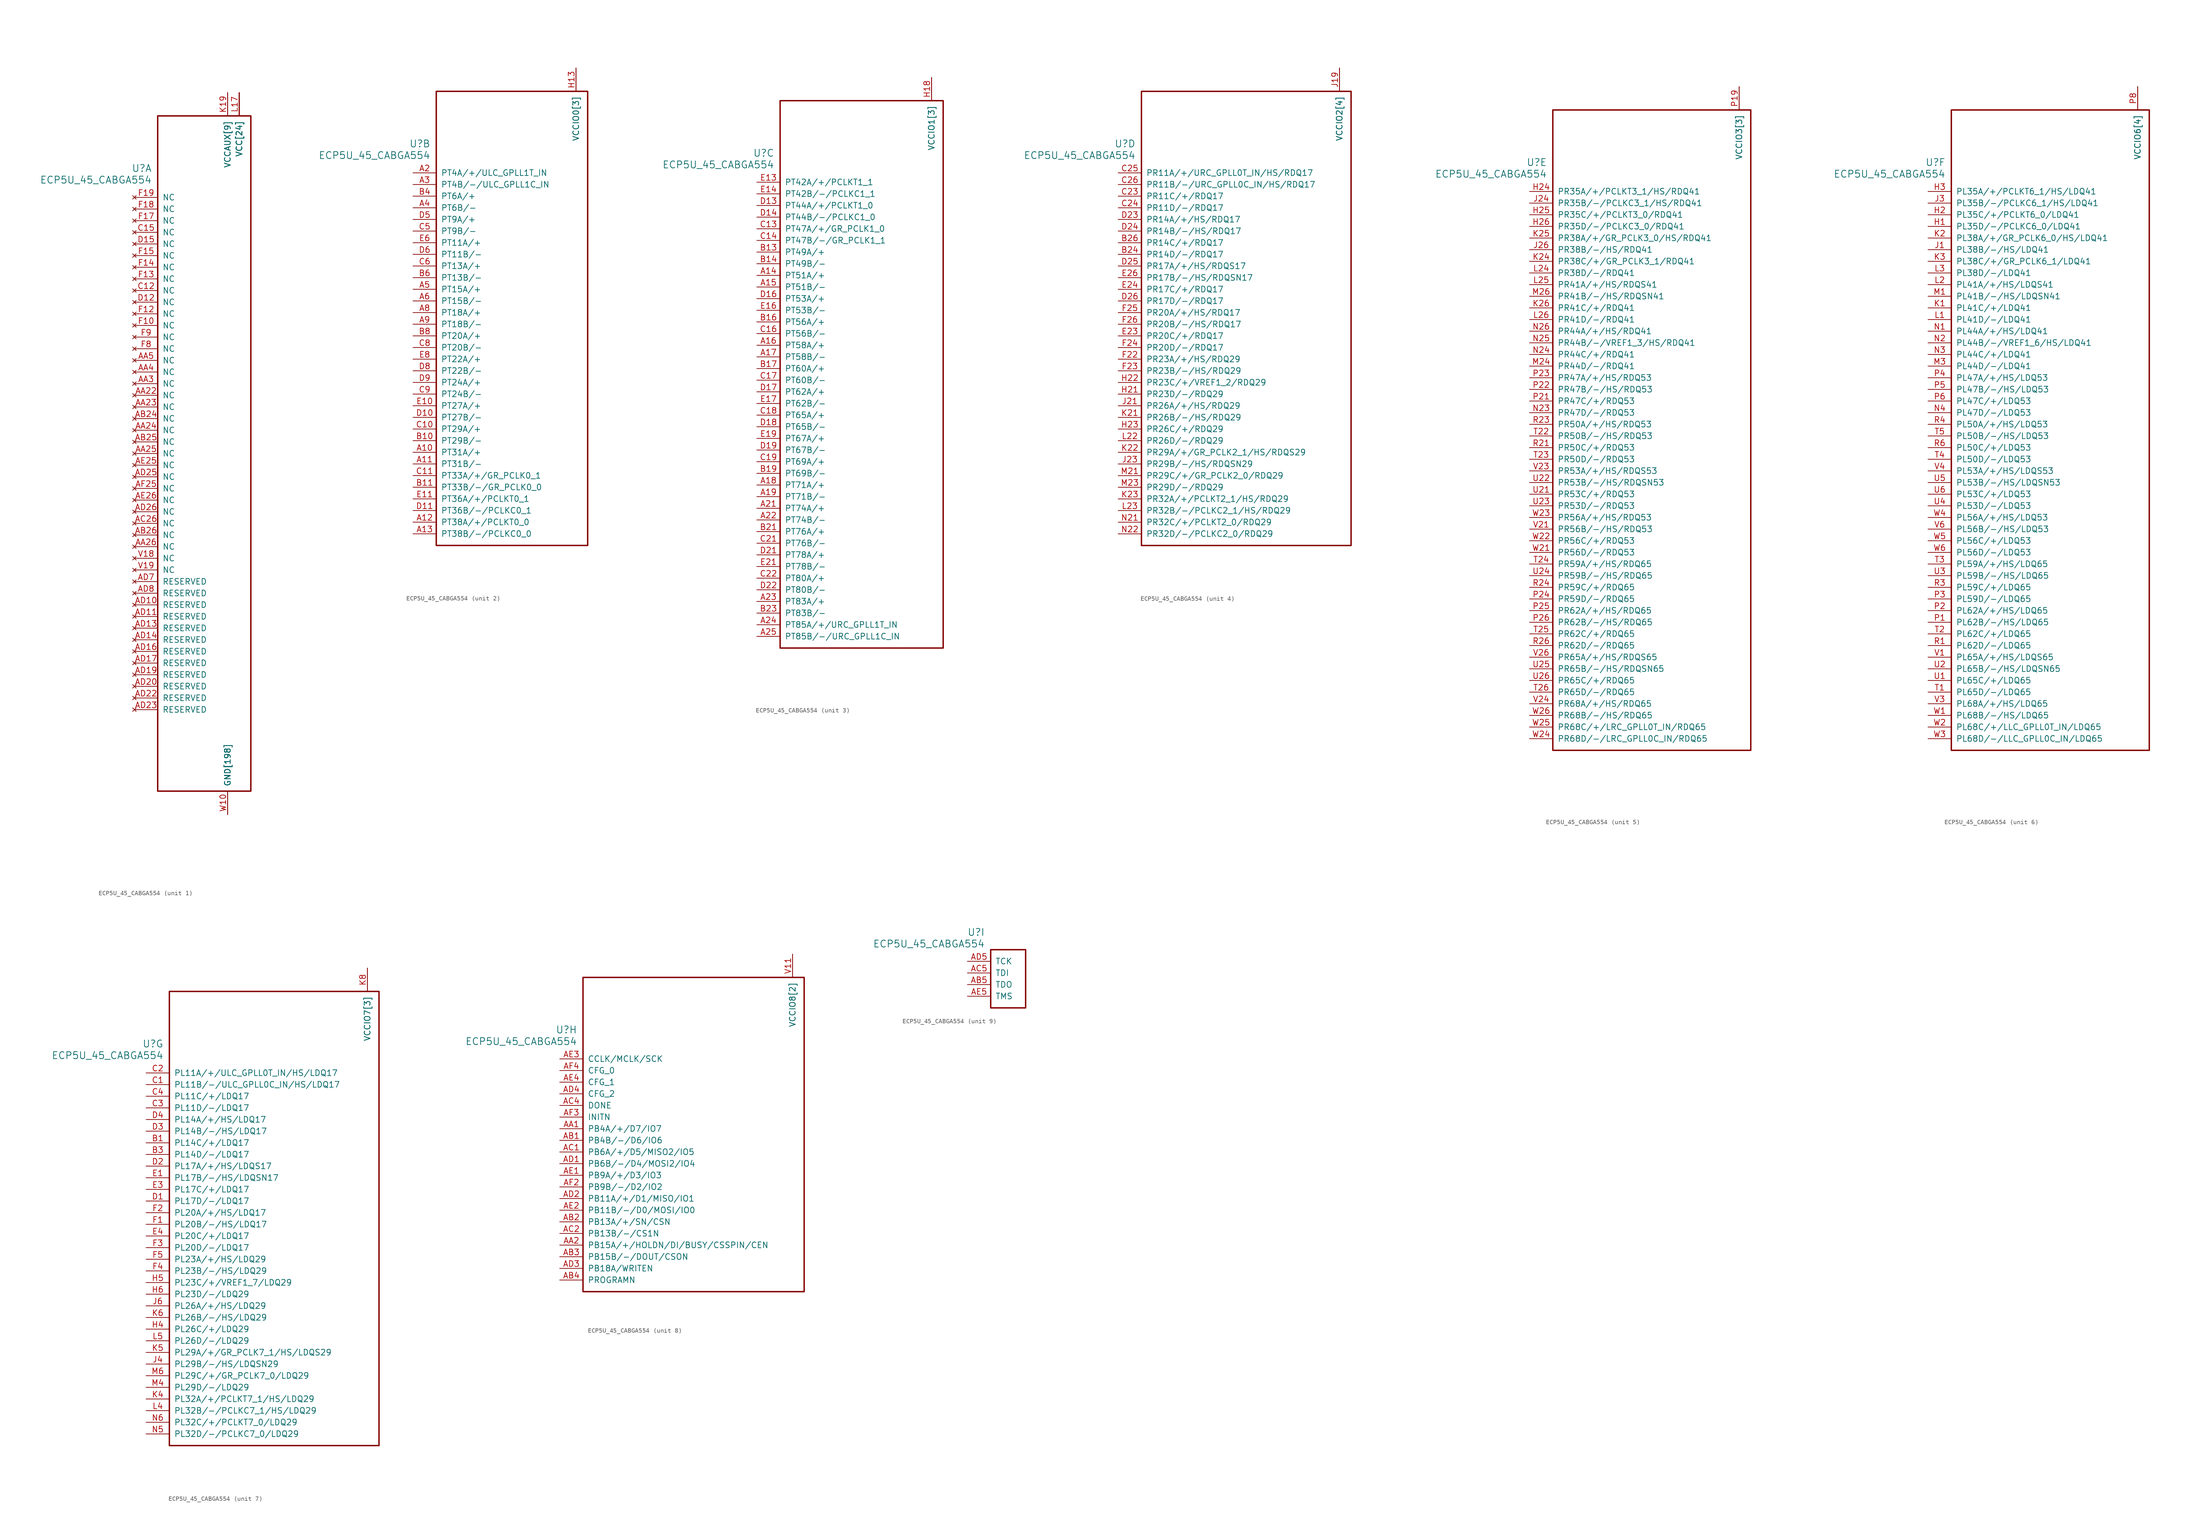
<source format=kicad_sym>
(kicad_symbol_lib
  (version 20231120)
  (generator "kicad_symbol_editor")
  (generator_version "8.0")
  (symbol "ECP5U_45_CABGA554"
    (pin_names
      (offset 1.016))
    (property "Reference" "U"
      (at 3.81 6.35 0)
      (effects (font (size 1.524 1.524)) (justify right)))
    (property "Value" "ECP5U_45_CABGA554"
      (at 3.81 3.81 0)
      (effects (font (size 1.524 1.524)) (justify right)))
    (property "ki_locked" ""
      (at 0 0 0)
      (effects (font (size 1.27 1.27))))
    (symbol "ECP5U_45_CABGA554_1_1"
      (rectangle (start 5.08 17.78) (end 25.4 -129.54) (stroke (width 0.305) (type default)) (fill (type none)))
      (pin power_in line (at 20.32 -134.62 90) (length 5.08) (name "GND[198]" (effects (font (size 1.27 1.27)))) (number "AA10" (effects (font (size 0 0)))))
      (pin power_in line (at 20.32 -134.62 90) (length 5.08) (name "GND[198]" (effects (font (size 1.27 1.27)))) (number "AA12" (effects (font (size 0 0)))))
      (pin power_in line (at 20.32 -134.62 90) (length 5.08) (name "GND[198]" (effects (font (size 1.27 1.27)))) (number "AA13" (effects (font (size 0 0)))))
      (pin power_in line (at 20.32 -134.62 90) (length 5.08) (name "GND[198]" (effects (font (size 1.27 1.27)))) (number "AA14" (effects (font (size 0 0)))))
      (pin power_in line (at 20.32 -134.62 90) (length 5.08) (name "GND[198]" (effects (font (size 1.27 1.27)))) (number "AA15" (effects (font (size 0 0)))))
      (pin power_in line (at 20.32 -134.62 90) (length 5.08) (name "GND[198]" (effects (font (size 1.27 1.27)))) (number "AA17" (effects (font (size 0 0)))))
      (pin power_in line (at 20.32 -134.62 90) (length 5.08) (name "GND[198]" (effects (font (size 1.27 1.27)))) (number "AA18" (effects (font (size 0 0)))))
      (pin power_in line (at 20.32 -134.62 90) (length 5.08) (name "GND[198]" (effects (font (size 1.27 1.27)))) (number "AA20" (effects (font (size 0 0)))))
      (pin no_connect line (at 0 -43.18 0) (length 5.08) (name "NC" (effects (font (size 1.27 1.27)))) (number "AA22" (effects (font (size 1.27 1.27)))))
      (pin no_connect line (at 0 -45.72 0) (length 5.08) (name "NC" (effects (font (size 1.27 1.27)))) (number "AA23" (effects (font (size 1.27 1.27)))))
      (pin no_connect line (at 0 -50.8 0) (length 5.08) (name "NC" (effects (font (size 1.27 1.27)))) (number "AA24" (effects (font (size 1.27 1.27)))))
      (pin no_connect line (at 0 -55.88 0) (length 5.08) (name "NC" (effects (font (size 1.27 1.27)))) (number "AA25" (effects (font (size 1.27 1.27)))))
      (pin no_connect line (at 0 -76.2 0) (length 5.08) (name "NC" (effects (font (size 1.27 1.27)))) (number "AA26" (effects (font (size 1.27 1.27)))))
      (pin no_connect line (at 0 -40.64 0) (length 5.08) (name "NC" (effects (font (size 1.27 1.27)))) (number "AA3" (effects (font (size 1.27 1.27)))))
      (pin no_connect line (at 0 -38.1 0) (length 5.08) (name "NC" (effects (font (size 1.27 1.27)))) (number "AA4" (effects (font (size 1.27 1.27)))))
      (pin no_connect line (at 0 -35.56 0) (length 5.08) (name "NC" (effects (font (size 1.27 1.27)))) (number "AA5" (effects (font (size 1.27 1.27)))))
      (pin power_in line (at 20.32 -134.62 90) (length 5.08) (name "GND[198]" (effects (font (size 1.27 1.27)))) (number "AA7" (effects (font (size 0 0)))))
      (pin power_in line (at 20.32 -134.62 90) (length 5.08) (name "GND[198]" (effects (font (size 1.27 1.27)))) (number "AA9" (effects (font (size 0 0)))))
      (pin power_in line (at 20.32 -134.62 90) (length 5.08) (name "GND[198]" (effects (font (size 1.27 1.27)))) (number "AB10" (effects (font (size 0 0)))))
      (pin power_in line (at 20.32 -134.62 90) (length 5.08) (name "GND[198]" (effects (font (size 1.27 1.27)))) (number "AB12" (effects (font (size 0 0)))))
      (pin power_in line (at 20.32 -134.62 90) (length 5.08) (name "GND[198]" (effects (font (size 1.27 1.27)))) (number "AB13" (effects (font (size 0 0)))))
      (pin power_in line (at 20.32 -134.62 90) (length 5.08) (name "GND[198]" (effects (font (size 1.27 1.27)))) (number "AB14" (effects (font (size 0 0)))))
      (pin power_in line (at 20.32 -134.62 90) (length 5.08) (name "GND[198]" (effects (font (size 1.27 1.27)))) (number "AB15" (effects (font (size 0 0)))))
      (pin power_in line (at 20.32 -134.62 90) (length 5.08) (name "GND[198]" (effects (font (size 1.27 1.27)))) (number "AB17" (effects (font (size 0 0)))))
      (pin power_in line (at 20.32 -134.62 90) (length 5.08) (name "GND[198]" (effects (font (size 1.27 1.27)))) (number "AB18" (effects (font (size 0 0)))))
      (pin power_in line (at 20.32 -134.62 90) (length 5.08) (name "GND[198]" (effects (font (size 1.27 1.27)))) (number "AB20" (effects (font (size 0 0)))))
      (pin power_in line (at 20.32 -134.62 90) (length 5.08) (name "GND[198]" (effects (font (size 1.27 1.27)))) (number "AB21" (effects (font (size 0 0)))))
      (pin power_in line (at 20.32 -134.62 90) (length 5.08) (name "GND[198]" (effects (font (size 1.27 1.27)))) (number "AB22" (effects (font (size 0 0)))))
      (pin power_in line (at 20.32 -134.62 90) (length 5.08) (name "GND[198]" (effects (font (size 1.27 1.27)))) (number "AB23" (effects (font (size 0 0)))))
      (pin no_connect line (at 0 -48.26 0) (length 5.08) (name "NC" (effects (font (size 1.27 1.27)))) (number "AB24" (effects (font (size 1.27 1.27)))))
      (pin no_connect line (at 0 -53.34 0) (length 5.08) (name "NC" (effects (font (size 1.27 1.27)))) (number "AB25" (effects (font (size 1.27 1.27)))))
      (pin no_connect line (at 0 -73.66 0) (length 5.08) (name "NC" (effects (font (size 1.27 1.27)))) (number "AB26" (effects (font (size 1.27 1.27)))))
      (pin power_in line (at 20.32 -134.62 90) (length 5.08) (name "GND[198]" (effects (font (size 1.27 1.27)))) (number "AB6" (effects (font (size 0 0)))))
      (pin power_in line (at 20.32 -134.62 90) (length 5.08) (name "GND[198]" (effects (font (size 1.27 1.27)))) (number "AB7" (effects (font (size 0 0)))))
      (pin power_in line (at 20.32 -134.62 90) (length 5.08) (name "GND[198]" (effects (font (size 1.27 1.27)))) (number "AB9" (effects (font (size 0 0)))))
      (pin power_in line (at 20.32 -134.62 90) (length 5.08) (name "GND[198]" (effects (font (size 1.27 1.27)))) (number "AC10" (effects (font (size 0 0)))))
      (pin power_in line (at 20.32 -134.62 90) (length 5.08) (name "GND[198]" (effects (font (size 1.27 1.27)))) (number "AC11" (effects (font (size 0 0)))))
      (pin power_in line (at 20.32 -134.62 90) (length 5.08) (name "GND[198]" (effects (font (size 1.27 1.27)))) (number "AC12" (effects (font (size 0 0)))))
      (pin power_in line (at 20.32 -134.62 90) (length 5.08) (name "GND[198]" (effects (font (size 1.27 1.27)))) (number "AC13" (effects (font (size 0 0)))))
      (pin power_in line (at 20.32 -134.62 90) (length 5.08) (name "GND[198]" (effects (font (size 1.27 1.27)))) (number "AC14" (effects (font (size 0 0)))))
      (pin power_in line (at 20.32 -134.62 90) (length 5.08) (name "GND[198]" (effects (font (size 1.27 1.27)))) (number "AC15" (effects (font (size 0 0)))))
      (pin power_in line (at 20.32 -134.62 90) (length 5.08) (name "GND[198]" (effects (font (size 1.27 1.27)))) (number "AC16" (effects (font (size 0 0)))))
      (pin power_in line (at 20.32 -134.62 90) (length 5.08) (name "GND[198]" (effects (font (size 1.27 1.27)))) (number "AC17" (effects (font (size 0 0)))))
      (pin power_in line (at 20.32 -134.62 90) (length 5.08) (name "GND[198]" (effects (font (size 1.27 1.27)))) (number "AC18" (effects (font (size 0 0)))))
      (pin power_in line (at 20.32 -134.62 90) (length 5.08) (name "GND[198]" (effects (font (size 1.27 1.27)))) (number "AC19" (effects (font (size 0 0)))))
      (pin power_in line (at 20.32 -134.62 90) (length 5.08) (name "GND[198]" (effects (font (size 1.27 1.27)))) (number "AC20" (effects (font (size 0 0)))))
      (pin power_in line (at 20.32 -134.62 90) (length 5.08) (name "GND[198]" (effects (font (size 1.27 1.27)))) (number "AC21" (effects (font (size 0 0)))))
      (pin power_in line (at 20.32 -134.62 90) (length 5.08) (name "GND[198]" (effects (font (size 1.27 1.27)))) (number "AC22" (effects (font (size 0 0)))))
      (pin power_in line (at 20.32 -134.62 90) (length 5.08) (name "GND[198]" (effects (font (size 1.27 1.27)))) (number "AC23" (effects (font (size 0 0)))))
      (pin power_in line (at 20.32 -134.62 90) (length 5.08) (name "GND[198]" (effects (font (size 1.27 1.27)))) (number "AC24" (effects (font (size 0 0)))))
      (pin power_in line (at 20.32 -134.62 90) (length 5.08) (name "GND[198]" (effects (font (size 1.27 1.27)))) (number "AC25" (effects (font (size 0 0)))))
      (pin no_connect line (at 0 -71.12 0) (length 5.08) (name "NC" (effects (font (size 1.27 1.27)))) (number "AC26" (effects (font (size 1.27 1.27)))))
      (pin power_in line (at 20.32 -134.62 90) (length 5.08) (name "GND[198]" (effects (font (size 1.27 1.27)))) (number "AC3" (effects (font (size 0 0)))))
      (pin power_in line (at 20.32 -134.62 90) (length 5.08) (name "GND[198]" (effects (font (size 1.27 1.27)))) (number "AC6" (effects (font (size 0 0)))))
      (pin power_in line (at 20.32 -134.62 90) (length 5.08) (name "GND[198]" (effects (font (size 1.27 1.27)))) (number "AC7" (effects (font (size 0 0)))))
      (pin power_in line (at 20.32 -134.62 90) (length 5.08) (name "GND[198]" (effects (font (size 1.27 1.27)))) (number "AC8" (effects (font (size 0 0)))))
      (pin power_in line (at 20.32 -134.62 90) (length 5.08) (name "GND[198]" (effects (font (size 1.27 1.27)))) (number "AC9" (effects (font (size 0 0)))))
      (pin no_connect line (at 0 -88.9 0) (length 5.08) (name "RESERVED" (effects (font (size 1.27 1.27)))) (number "AD10" (effects (font (size 1.27 1.27)))))
      (pin no_connect line (at 0 -91.44 0) (length 5.08) (name "RESERVED" (effects (font (size 1.27 1.27)))) (number "AD11" (effects (font (size 1.27 1.27)))))
      (pin power_in line (at 20.32 -134.62 90) (length 5.08) (name "GND[198]" (effects (font (size 1.27 1.27)))) (number "AD12" (effects (font (size 0 0)))))
      (pin no_connect line (at 0 -93.98 0) (length 5.08) (name "RESERVED" (effects (font (size 1.27 1.27)))) (number "AD13" (effects (font (size 1.27 1.27)))))
      (pin no_connect line (at 0 -96.52 0) (length 5.08) (name "RESERVED" (effects (font (size 1.27 1.27)))) (number "AD14" (effects (font (size 1.27 1.27)))))
      (pin power_in line (at 20.32 -134.62 90) (length 5.08) (name "GND[198]" (effects (font (size 1.27 1.27)))) (number "AD15" (effects (font (size 0 0)))))
      (pin no_connect line (at 0 -99.06 0) (length 5.08) (name "RESERVED" (effects (font (size 1.27 1.27)))) (number "AD16" (effects (font (size 1.27 1.27)))))
      (pin no_connect line (at 0 -101.6 0) (length 5.08) (name "RESERVED" (effects (font (size 1.27 1.27)))) (number "AD17" (effects (font (size 1.27 1.27)))))
      (pin power_in line (at 20.32 -134.62 90) (length 5.08) (name "GND[198]" (effects (font (size 1.27 1.27)))) (number "AD18" (effects (font (size 0 0)))))
      (pin no_connect line (at 0 -104.14 0) (length 5.08) (name "RESERVED" (effects (font (size 1.27 1.27)))) (number "AD19" (effects (font (size 1.27 1.27)))))
      (pin no_connect line (at 0 -106.68 0) (length 5.08) (name "RESERVED" (effects (font (size 1.27 1.27)))) (number "AD20" (effects (font (size 1.27 1.27)))))
      (pin power_in line (at 20.32 -134.62 90) (length 5.08) (name "GND[198]" (effects (font (size 1.27 1.27)))) (number "AD21" (effects (font (size 0 0)))))
      (pin no_connect line (at 0 -109.22 0) (length 5.08) (name "RESERVED" (effects (font (size 1.27 1.27)))) (number "AD22" (effects (font (size 1.27 1.27)))))
      (pin no_connect line (at 0 -111.76 0) (length 5.08) (name "RESERVED" (effects (font (size 1.27 1.27)))) (number "AD23" (effects (font (size 1.27 1.27)))))
      (pin power_in line (at 20.32 -134.62 90) (length 5.08) (name "GND[198]" (effects (font (size 1.27 1.27)))) (number "AD24" (effects (font (size 0 0)))))
      (pin no_connect line (at 0 -60.96 0) (length 5.08) (name "NC" (effects (font (size 1.27 1.27)))) (number "AD25" (effects (font (size 1.27 1.27)))))
      (pin no_connect line (at 0 -68.58 0) (length 5.08) (name "NC" (effects (font (size 1.27 1.27)))) (number "AD26" (effects (font (size 1.27 1.27)))))
      (pin power_in line (at 20.32 -134.62 90) (length 5.08) (name "GND[198]" (effects (font (size 1.27 1.27)))) (number "AD6" (effects (font (size 0 0)))))
      (pin no_connect line (at 0 -83.82 0) (length 5.08) (name "RESERVED" (effects (font (size 1.27 1.27)))) (number "AD7" (effects (font (size 1.27 1.27)))))
      (pin no_connect line (at 0 -86.36 0) (length 5.08) (name "RESERVED" (effects (font (size 1.27 1.27)))) (number "AD8" (effects (font (size 1.27 1.27)))))
      (pin power_in line (at 20.32 -134.62 90) (length 5.08) (name "GND[198]" (effects (font (size 1.27 1.27)))) (number "AD9" (effects (font (size 0 0)))))
      (pin power_in line (at 20.32 -134.62 90) (length 5.08) (name "GND[198]" (effects (font (size 1.27 1.27)))) (number "AE10" (effects (font (size 0 0)))))
      (pin power_in line (at 20.32 -134.62 90) (length 5.08) (name "GND[198]" (effects (font (size 1.27 1.27)))) (number "AE12" (effects (font (size 0 0)))))
      (pin power_in line (at 20.32 -134.62 90) (length 5.08) (name "GND[198]" (effects (font (size 1.27 1.27)))) (number "AE13" (effects (font (size 0 0)))))
      (pin power_in line (at 20.32 -134.62 90) (length 5.08) (name "GND[198]" (effects (font (size 1.27 1.27)))) (number "AE15" (effects (font (size 0 0)))))
      (pin power_in line (at 20.32 -134.62 90) (length 5.08) (name "GND[198]" (effects (font (size 1.27 1.27)))) (number "AE16" (effects (font (size 0 0)))))
      (pin power_in line (at 20.32 -134.62 90) (length 5.08) (name "GND[198]" (effects (font (size 1.27 1.27)))) (number "AE18" (effects (font (size 0 0)))))
      (pin power_in line (at 20.32 -134.62 90) (length 5.08) (name "GND[198]" (effects (font (size 1.27 1.27)))) (number "AE19" (effects (font (size 0 0)))))
      (pin power_in line (at 20.32 -134.62 90) (length 5.08) (name "GND[198]" (effects (font (size 1.27 1.27)))) (number "AE21" (effects (font (size 0 0)))))
      (pin power_in line (at 20.32 -134.62 90) (length 5.08) (name "GND[198]" (effects (font (size 1.27 1.27)))) (number "AE22" (effects (font (size 0 0)))))
      (pin power_in line (at 20.32 -134.62 90) (length 5.08) (name "GND[198]" (effects (font (size 1.27 1.27)))) (number "AE24" (effects (font (size 0 0)))))
      (pin no_connect line (at 0 -58.42 0) (length 5.08) (name "NC" (effects (font (size 1.27 1.27)))) (number "AE25" (effects (font (size 1.27 1.27)))))
      (pin no_connect line (at 0 -66.04 0) (length 5.08) (name "NC" (effects (font (size 1.27 1.27)))) (number "AE26" (effects (font (size 1.27 1.27)))))
      (pin power_in line (at 20.32 -134.62 90) (length 5.08) (name "GND[198]" (effects (font (size 1.27 1.27)))) (number "AE6" (effects (font (size 0 0)))))
      (pin power_in line (at 20.32 -134.62 90) (length 5.08) (name "GND[198]" (effects (font (size 1.27 1.27)))) (number "AE7" (effects (font (size 0 0)))))
      (pin power_in line (at 20.32 -134.62 90) (length 5.08) (name "GND[198]" (effects (font (size 1.27 1.27)))) (number "AE9" (effects (font (size 0 0)))))
      (pin power_in line (at 20.32 -134.62 90) (length 5.08) (name "GND[198]" (effects (font (size 1.27 1.27)))) (number "AF10" (effects (font (size 0 0)))))
      (pin power_in line (at 20.32 -134.62 90) (length 5.08) (name "GND[198]" (effects (font (size 1.27 1.27)))) (number "AF12" (effects (font (size 0 0)))))
      (pin power_in line (at 20.32 -134.62 90) (length 5.08) (name "GND[198]" (effects (font (size 1.27 1.27)))) (number "AF13" (effects (font (size 0 0)))))
      (pin power_in line (at 20.32 -134.62 90) (length 5.08) (name "GND[198]" (effects (font (size 1.27 1.27)))) (number "AF15" (effects (font (size 0 0)))))
      (pin power_in line (at 20.32 -134.62 90) (length 5.08) (name "GND[198]" (effects (font (size 1.27 1.27)))) (number "AF16" (effects (font (size 0 0)))))
      (pin power_in line (at 20.32 -134.62 90) (length 5.08) (name "GND[198]" (effects (font (size 1.27 1.27)))) (number "AF18" (effects (font (size 0 0)))))
      (pin power_in line (at 20.32 -134.62 90) (length 5.08) (name "GND[198]" (effects (font (size 1.27 1.27)))) (number "AF19" (effects (font (size 0 0)))))
      (pin power_in line (at 20.32 -134.62 90) (length 5.08) (name "GND[198]" (effects (font (size 1.27 1.27)))) (number "AF21" (effects (font (size 0 0)))))
      (pin power_in line (at 20.32 -134.62 90) (length 5.08) (name "GND[198]" (effects (font (size 1.27 1.27)))) (number "AF22" (effects (font (size 0 0)))))
      (pin power_in line (at 20.32 -134.62 90) (length 5.08) (name "GND[198]" (effects (font (size 1.27 1.27)))) (number "AF24" (effects (font (size 0 0)))))
      (pin no_connect line (at 0 -63.5 0) (length 5.08) (name "NC" (effects (font (size 1.27 1.27)))) (number "AF25" (effects (font (size 1.27 1.27)))))
      (pin power_in line (at 20.32 -134.62 90) (length 5.08) (name "GND[198]" (effects (font (size 1.27 1.27)))) (number "AF5" (effects (font (size 0 0)))))
      (pin power_in line (at 20.32 -134.62 90) (length 5.08) (name "GND[198]" (effects (font (size 1.27 1.27)))) (number "AF6" (effects (font (size 0 0)))))
      (pin power_in line (at 20.32 -134.62 90) (length 5.08) (name "GND[198]" (effects (font (size 1.27 1.27)))) (number "AF7" (effects (font (size 0 0)))))
      (pin power_in line (at 20.32 -134.62 90) (length 5.08) (name "GND[198]" (effects (font (size 1.27 1.27)))) (number "AF9" (effects (font (size 0 0)))))
      (pin power_in line (at 20.32 -134.62 90) (length 5.08) (name "GND[198]" (effects (font (size 1.27 1.27)))) (number "B12" (effects (font (size 0 0)))))
      (pin power_in line (at 20.32 -134.62 90) (length 5.08) (name "GND[198]" (effects (font (size 1.27 1.27)))) (number "B15" (effects (font (size 0 0)))))
      (pin power_in line (at 20.32 -134.62 90) (length 5.08) (name "GND[198]" (effects (font (size 1.27 1.27)))) (number "B18" (effects (font (size 0 0)))))
      (pin power_in line (at 20.32 -134.62 90) (length 5.08) (name "GND[198]" (effects (font (size 1.27 1.27)))) (number "B2" (effects (font (size 0 0)))))
      (pin power_in line (at 20.32 -134.62 90) (length 5.08) (name "GND[198]" (effects (font (size 1.27 1.27)))) (number "B22" (effects (font (size 0 0)))))
      (pin power_in line (at 20.32 -134.62 90) (length 5.08) (name "GND[198]" (effects (font (size 1.27 1.27)))) (number "B25" (effects (font (size 0 0)))))
      (pin power_in line (at 20.32 -134.62 90) (length 5.08) (name "GND[198]" (effects (font (size 1.27 1.27)))) (number "B5" (effects (font (size 0 0)))))
      (pin power_in line (at 20.32 -134.62 90) (length 5.08) (name "GND[198]" (effects (font (size 1.27 1.27)))) (number "B9" (effects (font (size 0 0)))))
      (pin no_connect line (at 0 -20.32 0) (length 5.08) (name "NC" (effects (font (size 1.27 1.27)))) (number "C12" (effects (font (size 1.27 1.27)))))
      (pin no_connect line (at 0 -7.62 0) (length 5.08) (name "NC" (effects (font (size 1.27 1.27)))) (number "C15" (effects (font (size 1.27 1.27)))))
      (pin no_connect line (at 0 -22.86 0) (length 5.08) (name "NC" (effects (font (size 1.27 1.27)))) (number "D12" (effects (font (size 1.27 1.27)))))
      (pin no_connect line (at 0 -10.16 0) (length 5.08) (name "NC" (effects (font (size 1.27 1.27)))) (number "D15" (effects (font (size 1.27 1.27)))))
      (pin power_in line (at 20.32 -134.62 90) (length 5.08) (name "GND[198]" (effects (font (size 1.27 1.27)))) (number "E12" (effects (font (size 0 0)))))
      (pin power_in line (at 20.32 -134.62 90) (length 5.08) (name "GND[198]" (effects (font (size 1.27 1.27)))) (number "E15" (effects (font (size 0 0)))))
      (pin power_in line (at 20.32 -134.62 90) (length 5.08) (name "GND[198]" (effects (font (size 1.27 1.27)))) (number "E18" (effects (font (size 0 0)))))
      (pin power_in line (at 20.32 -134.62 90) (length 5.08) (name "GND[198]" (effects (font (size 1.27 1.27)))) (number "E2" (effects (font (size 0 0)))))
      (pin power_in line (at 20.32 -134.62 90) (length 5.08) (name "GND[198]" (effects (font (size 1.27 1.27)))) (number "E22" (effects (font (size 0 0)))))
      (pin power_in line (at 20.32 -134.62 90) (length 5.08) (name "GND[198]" (effects (font (size 1.27 1.27)))) (number "E25" (effects (font (size 0 0)))))
      (pin power_in line (at 20.32 -134.62 90) (length 5.08) (name "GND[198]" (effects (font (size 1.27 1.27)))) (number "E5" (effects (font (size 0 0)))))
      (pin power_in line (at 20.32 -134.62 90) (length 5.08) (name "GND[198]" (effects (font (size 1.27 1.27)))) (number "E9" (effects (font (size 0 0)))))
      (pin no_connect line (at 0 -27.94 0) (length 5.08) (name "NC" (effects (font (size 1.27 1.27)))) (number "F10" (effects (font (size 1.27 1.27)))))
      (pin no_connect line (at 0 -25.4 0) (length 5.08) (name "NC" (effects (font (size 1.27 1.27)))) (number "F12" (effects (font (size 1.27 1.27)))))
      (pin no_connect line (at 0 -17.78 0) (length 5.08) (name "NC" (effects (font (size 1.27 1.27)))) (number "F13" (effects (font (size 1.27 1.27)))))
      (pin no_connect line (at 0 -15.24 0) (length 5.08) (name "NC" (effects (font (size 1.27 1.27)))) (number "F14" (effects (font (size 1.27 1.27)))))
      (pin no_connect line (at 0 -12.7 0) (length 5.08) (name "NC" (effects (font (size 1.27 1.27)))) (number "F15" (effects (font (size 1.27 1.27)))))
      (pin no_connect line (at 0 -5.08 0) (length 5.08) (name "NC" (effects (font (size 1.27 1.27)))) (number "F17" (effects (font (size 1.27 1.27)))))
      (pin no_connect line (at 0 -2.54 0) (length 5.08) (name "NC" (effects (font (size 1.27 1.27)))) (number "F18" (effects (font (size 1.27 1.27)))))
      (pin no_connect line (at 0 0 0) (length 5.08) (name "NC" (effects (font (size 1.27 1.27)))) (number "F19" (effects (font (size 1.27 1.27)))))
      (pin no_connect line (at 0 -33.02 0) (length 5.08) (name "NC" (effects (font (size 1.27 1.27)))) (number "F8" (effects (font (size 1.27 1.27)))))
      (pin no_connect line (at 0 -30.48 0) (length 5.08) (name "NC" (effects (font (size 1.27 1.27)))) (number "F9" (effects (font (size 1.27 1.27)))))
      (pin power_in line (at 20.32 22.86 270) (length 5.08) (name "VCCAUX[9]" (effects (font (size 1.27 1.27)))) (number "H11" (effects (font (size 0 0)))))
      (pin power_in line (at 20.32 22.86 270) (length 5.08) (name "VCCAUX[9]" (effects (font (size 1.27 1.27)))) (number "H14" (effects (font (size 0 0)))))
      (pin power_in line (at 20.32 22.86 270) (length 5.08) (name "VCCAUX[9]" (effects (font (size 1.27 1.27)))) (number "H17" (effects (font (size 0 0)))))
      (pin power_in line (at 20.32 -134.62 90) (length 5.08) (name "GND[198]" (effects (font (size 1.27 1.27)))) (number "H19" (effects (font (size 0 0)))))
      (pin power_in line (at 20.32 -134.62 90) (length 5.08) (name "GND[198]" (effects (font (size 1.27 1.27)))) (number "H8" (effects (font (size 0 0)))))
      (pin power_in line (at 20.32 -134.62 90) (length 5.08) (name "GND[198]" (effects (font (size 1.27 1.27)))) (number "H9" (effects (font (size 0 0)))))
      (pin power_in line (at 20.32 -134.62 90) (length 5.08) (name "GND[198]" (effects (font (size 1.27 1.27)))) (number "J10" (effects (font (size 0 0)))))
      (pin power_in line (at 20.32 -134.62 90) (length 5.08) (name "GND[198]" (effects (font (size 1.27 1.27)))) (number "J11" (effects (font (size 0 0)))))
      (pin power_in line (at 20.32 -134.62 90) (length 5.08) (name "GND[198]" (effects (font (size 1.27 1.27)))) (number "J12" (effects (font (size 0 0)))))
      (pin power_in line (at 20.32 -134.62 90) (length 5.08) (name "GND[198]" (effects (font (size 1.27 1.27)))) (number "J13" (effects (font (size 0 0)))))
      (pin power_in line (at 20.32 -134.62 90) (length 5.08) (name "GND[198]" (effects (font (size 1.27 1.27)))) (number "J14" (effects (font (size 0 0)))))
      (pin power_in line (at 20.32 -134.62 90) (length 5.08) (name "GND[198]" (effects (font (size 1.27 1.27)))) (number "J15" (effects (font (size 0 0)))))
      (pin power_in line (at 20.32 -134.62 90) (length 5.08) (name "GND[198]" (effects (font (size 1.27 1.27)))) (number "J16" (effects (font (size 0 0)))))
      (pin power_in line (at 20.32 -134.62 90) (length 5.08) (name "GND[198]" (effects (font (size 1.27 1.27)))) (number "J17" (effects (font (size 0 0)))))
      (pin power_in line (at 20.32 -134.62 90) (length 5.08) (name "GND[198]" (effects (font (size 1.27 1.27)))) (number "J18" (effects (font (size 0 0)))))
      (pin power_in line (at 20.32 -134.62 90) (length 5.08) (name "GND[198]" (effects (font (size 1.27 1.27)))) (number "J2" (effects (font (size 0 0)))))
      (pin power_in line (at 20.32 -134.62 90) (length 5.08) (name "GND[198]" (effects (font (size 1.27 1.27)))) (number "J22" (effects (font (size 0 0)))))
      (pin power_in line (at 20.32 -134.62 90) (length 5.08) (name "GND[198]" (effects (font (size 1.27 1.27)))) (number "J25" (effects (font (size 0 0)))))
      (pin power_in line (at 20.32 -134.62 90) (length 5.08) (name "GND[198]" (effects (font (size 1.27 1.27)))) (number "J5" (effects (font (size 0 0)))))
      (pin power_in line (at 20.32 -134.62 90) (length 5.08) (name "GND[198]" (effects (font (size 1.27 1.27)))) (number "J8" (effects (font (size 0 0)))))
      (pin power_in line (at 20.32 -134.62 90) (length 5.08) (name "GND[198]" (effects (font (size 1.27 1.27)))) (number "J9" (effects (font (size 0 0)))))
      (pin power_in line (at 20.32 -134.62 90) (length 5.08) (name "GND[198]" (effects (font (size 1.27 1.27)))) (number "K10" (effects (font (size 0 0)))))
      (pin power_in line (at 22.86 22.86 270) (length 5.08) (name "VCC[24]" (effects (font (size 1.27 1.27)))) (number "K11" (effects (font (size 0 0)))))
      (pin power_in line (at 22.86 22.86 270) (length 5.08) (name "VCC[24]" (effects (font (size 1.27 1.27)))) (number "K12" (effects (font (size 0 0)))))
      (pin power_in line (at 22.86 22.86 270) (length 5.08) (name "VCC[24]" (effects (font (size 1.27 1.27)))) (number "K13" (effects (font (size 0 0)))))
      (pin power_in line (at 22.86 22.86 270) (length 5.08) (name "VCC[24]" (effects (font (size 1.27 1.27)))) (number "K14" (effects (font (size 0 0)))))
      (pin power_in line (at 22.86 22.86 270) (length 5.08) (name "VCC[24]" (effects (font (size 1.27 1.27)))) (number "K15" (effects (font (size 0 0)))))
      (pin power_in line (at 22.86 22.86 270) (length 5.08) (name "VCC[24]" (effects (font (size 1.27 1.27)))) (number "K16" (effects (font (size 0 0)))))
      (pin power_in line (at 20.32 -134.62 90) (length 5.08) (name "GND[198]" (effects (font (size 1.27 1.27)))) (number "K17" (effects (font (size 0 0)))))
      (pin power_in line (at 20.32 -134.62 90) (length 5.08) (name "GND[198]" (effects (font (size 1.27 1.27)))) (number "K18" (effects (font (size 0 0)))))
      (pin power_in line (at 20.32 22.86 270) (length 5.08) (name "VCCAUX[9]" (effects (font (size 1.27 1.27)))) (number "K19" (effects (font (size 1.27 1.27)))))
      (pin power_in line (at 20.32 -134.62 90) (length 5.08) (name "GND[198]" (effects (font (size 1.27 1.27)))) (number "K9" (effects (font (size 0 0)))))
      (pin power_in line (at 22.86 22.86 270) (length 5.08) (name "VCC[24]" (effects (font (size 1.27 1.27)))) (number "L10" (effects (font (size 0 0)))))
      (pin power_in line (at 20.32 -134.62 90) (length 5.08) (name "GND[198]" (effects (font (size 1.27 1.27)))) (number "L11" (effects (font (size 0 0)))))
      (pin power_in line (at 20.32 -134.62 90) (length 5.08) (name "GND[198]" (effects (font (size 1.27 1.27)))) (number "L12" (effects (font (size 0 0)))))
      (pin power_in line (at 20.32 -134.62 90) (length 5.08) (name "GND[198]" (effects (font (size 1.27 1.27)))) (number "L13" (effects (font (size 0 0)))))
      (pin power_in line (at 20.32 -134.62 90) (length 5.08) (name "GND[198]" (effects (font (size 1.27 1.27)))) (number "L14" (effects (font (size 0 0)))))
      (pin power_in line (at 20.32 -134.62 90) (length 5.08) (name "GND[198]" (effects (font (size 1.27 1.27)))) (number "L15" (effects (font (size 0 0)))))
      (pin power_in line (at 20.32 -134.62 90) (length 5.08) (name "GND[198]" (effects (font (size 1.27 1.27)))) (number "L16" (effects (font (size 0 0)))))
      (pin power_in line (at 22.86 22.86 270) (length 5.08) (name "VCC[24]" (effects (font (size 1.27 1.27)))) (number "L17" (effects (font (size 1.27 1.27)))))
      (pin power_in line (at 20.32 -134.62 90) (length 5.08) (name "GND[198]" (effects (font (size 1.27 1.27)))) (number "L18" (effects (font (size 0 0)))))
      (pin power_in line (at 20.32 22.86 270) (length 5.08) (name "VCCAUX[9]" (effects (font (size 1.27 1.27)))) (number "L8" (effects (font (size 0 0)))))
      (pin power_in line (at 20.32 -134.62 90) (length 5.08) (name "GND[198]" (effects (font (size 1.27 1.27)))) (number "L9" (effects (font (size 0 0)))))
      (pin power_in line (at 22.86 22.86 270) (length 5.08) (name "VCC[24]" (effects (font (size 1.27 1.27)))) (number "M10" (effects (font (size 0 0)))))
      (pin power_in line (at 20.32 -134.62 90) (length 5.08) (name "GND[198]" (effects (font (size 1.27 1.27)))) (number "M11" (effects (font (size 0 0)))))
      (pin power_in line (at 20.32 -134.62 90) (length 5.08) (name "GND[198]" (effects (font (size 1.27 1.27)))) (number "M12" (effects (font (size 0 0)))))
      (pin power_in line (at 20.32 -134.62 90) (length 5.08) (name "GND[198]" (effects (font (size 1.27 1.27)))) (number "M13" (effects (font (size 0 0)))))
      (pin power_in line (at 20.32 -134.62 90) (length 5.08) (name "GND[198]" (effects (font (size 1.27 1.27)))) (number "M14" (effects (font (size 0 0)))))
      (pin power_in line (at 20.32 -134.62 90) (length 5.08) (name "GND[198]" (effects (font (size 1.27 1.27)))) (number "M15" (effects (font (size 0 0)))))
      (pin power_in line (at 20.32 -134.62 90) (length 5.08) (name "GND[198]" (effects (font (size 1.27 1.27)))) (number "M16" (effects (font (size 0 0)))))
      (pin power_in line (at 22.86 22.86 270) (length 5.08) (name "VCC[24]" (effects (font (size 1.27 1.27)))) (number "M17" (effects (font (size 0 0)))))
      (pin power_in line (at 20.32 -134.62 90) (length 5.08) (name "GND[198]" (effects (font (size 1.27 1.27)))) (number "M18" (effects (font (size 0 0)))))
      (pin power_in line (at 20.32 -134.62 90) (length 5.08) (name "GND[198]" (effects (font (size 1.27 1.27)))) (number "M2" (effects (font (size 0 0)))))
      (pin power_in line (at 20.32 -134.62 90) (length 5.08) (name "GND[198]" (effects (font (size 1.27 1.27)))) (number "M22" (effects (font (size 0 0)))))
      (pin power_in line (at 20.32 -134.62 90) (length 5.08) (name "GND[198]" (effects (font (size 1.27 1.27)))) (number "M25" (effects (font (size 0 0)))))
      (pin power_in line (at 20.32 -134.62 90) (length 5.08) (name "GND[198]" (effects (font (size 1.27 1.27)))) (number "M5" (effects (font (size 0 0)))))
      (pin power_in line (at 20.32 -134.62 90) (length 5.08) (name "GND[198]" (effects (font (size 1.27 1.27)))) (number "M9" (effects (font (size 0 0)))))
      (pin power_in line (at 22.86 22.86 270) (length 5.08) (name "VCC[24]" (effects (font (size 1.27 1.27)))) (number "N10" (effects (font (size 0 0)))))
      (pin power_in line (at 20.32 -134.62 90) (length 5.08) (name "GND[198]" (effects (font (size 1.27 1.27)))) (number "N11" (effects (font (size 0 0)))))
      (pin power_in line (at 20.32 -134.62 90) (length 5.08) (name "GND[198]" (effects (font (size 1.27 1.27)))) (number "N12" (effects (font (size 0 0)))))
      (pin power_in line (at 20.32 -134.62 90) (length 5.08) (name "GND[198]" (effects (font (size 1.27 1.27)))) (number "N13" (effects (font (size 0 0)))))
      (pin power_in line (at 20.32 -134.62 90) (length 5.08) (name "GND[198]" (effects (font (size 1.27 1.27)))) (number "N14" (effects (font (size 0 0)))))
      (pin power_in line (at 20.32 -134.62 90) (length 5.08) (name "GND[198]" (effects (font (size 1.27 1.27)))) (number "N15" (effects (font (size 0 0)))))
      (pin power_in line (at 20.32 -134.62 90) (length 5.08) (name "GND[198]" (effects (font (size 1.27 1.27)))) (number "N16" (effects (font (size 0 0)))))
      (pin power_in line (at 22.86 22.86 270) (length 5.08) (name "VCC[24]" (effects (font (size 1.27 1.27)))) (number "N17" (effects (font (size 0 0)))))
      (pin power_in line (at 20.32 -134.62 90) (length 5.08) (name "GND[198]" (effects (font (size 1.27 1.27)))) (number "N18" (effects (font (size 0 0)))))
      (pin power_in line (at 20.32 -134.62 90) (length 5.08) (name "GND[198]" (effects (font (size 1.27 1.27)))) (number "N9" (effects (font (size 0 0)))))
      (pin power_in line (at 22.86 22.86 270) (length 5.08) (name "VCC[24]" (effects (font (size 1.27 1.27)))) (number "P10" (effects (font (size 0 0)))))
      (pin power_in line (at 20.32 -134.62 90) (length 5.08) (name "GND[198]" (effects (font (size 1.27 1.27)))) (number "P11" (effects (font (size 0 0)))))
      (pin power_in line (at 20.32 -134.62 90) (length 5.08) (name "GND[198]" (effects (font (size 1.27 1.27)))) (number "P12" (effects (font (size 0 0)))))
      (pin power_in line (at 20.32 -134.62 90) (length 5.08) (name "GND[198]" (effects (font (size 1.27 1.27)))) (number "P13" (effects (font (size 0 0)))))
      (pin power_in line (at 20.32 -134.62 90) (length 5.08) (name "GND[198]" (effects (font (size 1.27 1.27)))) (number "P14" (effects (font (size 0 0)))))
      (pin power_in line (at 20.32 -134.62 90) (length 5.08) (name "GND[198]" (effects (font (size 1.27 1.27)))) (number "P15" (effects (font (size 0 0)))))
      (pin power_in line (at 20.32 -134.62 90) (length 5.08) (name "GND[198]" (effects (font (size 1.27 1.27)))) (number "P16" (effects (font (size 0 0)))))
      (pin power_in line (at 22.86 22.86 270) (length 5.08) (name "VCC[24]" (effects (font (size 1.27 1.27)))) (number "P17" (effects (font (size 0 0)))))
      (pin power_in line (at 20.32 -134.62 90) (length 5.08) (name "GND[198]" (effects (font (size 1.27 1.27)))) (number "P18" (effects (font (size 0 0)))))
      (pin power_in line (at 20.32 -134.62 90) (length 5.08) (name "GND[198]" (effects (font (size 1.27 1.27)))) (number "P9" (effects (font (size 0 0)))))
      (pin power_in line (at 22.86 22.86 270) (length 5.08) (name "VCC[24]" (effects (font (size 1.27 1.27)))) (number "R10" (effects (font (size 0 0)))))
      (pin power_in line (at 20.32 -134.62 90) (length 5.08) (name "GND[198]" (effects (font (size 1.27 1.27)))) (number "R11" (effects (font (size 0 0)))))
      (pin power_in line (at 20.32 -134.62 90) (length 5.08) (name "GND[198]" (effects (font (size 1.27 1.27)))) (number "R12" (effects (font (size 0 0)))))
      (pin power_in line (at 20.32 -134.62 90) (length 5.08) (name "GND[198]" (effects (font (size 1.27 1.27)))) (number "R13" (effects (font (size 0 0)))))
      (pin power_in line (at 20.32 -134.62 90) (length 5.08) (name "GND[198]" (effects (font (size 1.27 1.27)))) (number "R14" (effects (font (size 0 0)))))
      (pin power_in line (at 20.32 -134.62 90) (length 5.08) (name "GND[198]" (effects (font (size 1.27 1.27)))) (number "R15" (effects (font (size 0 0)))))
      (pin power_in line (at 20.32 -134.62 90) (length 5.08) (name "GND[198]" (effects (font (size 1.27 1.27)))) (number "R16" (effects (font (size 0 0)))))
      (pin power_in line (at 22.86 22.86 270) (length 5.08) (name "VCC[24]" (effects (font (size 1.27 1.27)))) (number "R17" (effects (font (size 0 0)))))
      (pin power_in line (at 20.32 -134.62 90) (length 5.08) (name "GND[198]" (effects (font (size 1.27 1.27)))) (number "R18" (effects (font (size 0 0)))))
      (pin power_in line (at 20.32 -134.62 90) (length 5.08) (name "GND[198]" (effects (font (size 1.27 1.27)))) (number "R2" (effects (font (size 0 0)))))
      (pin power_in line (at 20.32 -134.62 90) (length 5.08) (name "GND[198]" (effects (font (size 1.27 1.27)))) (number "R22" (effects (font (size 0 0)))))
      (pin power_in line (at 20.32 -134.62 90) (length 5.08) (name "GND[198]" (effects (font (size 1.27 1.27)))) (number "R25" (effects (font (size 0 0)))))
      (pin power_in line (at 20.32 -134.62 90) (length 5.08) (name "GND[198]" (effects (font (size 1.27 1.27)))) (number "R5" (effects (font (size 0 0)))))
      (pin power_in line (at 20.32 -134.62 90) (length 5.08) (name "GND[198]" (effects (font (size 1.27 1.27)))) (number "R9" (effects (font (size 0 0)))))
      (pin power_in line (at 22.86 22.86 270) (length 5.08) (name "VCC[24]" (effects (font (size 1.27 1.27)))) (number "T10" (effects (font (size 0 0)))))
      (pin power_in line (at 22.86 22.86 270) (length 5.08) (name "VCC[24]" (effects (font (size 1.27 1.27)))) (number "T11" (effects (font (size 0 0)))))
      (pin power_in line (at 22.86 22.86 270) (length 5.08) (name "VCC[24]" (effects (font (size 1.27 1.27)))) (number "T12" (effects (font (size 0 0)))))
      (pin power_in line (at 22.86 22.86 270) (length 5.08) (name "VCC[24]" (effects (font (size 1.27 1.27)))) (number "T13" (effects (font (size 0 0)))))
      (pin power_in line (at 22.86 22.86 270) (length 5.08) (name "VCC[24]" (effects (font (size 1.27 1.27)))) (number "T14" (effects (font (size 0 0)))))
      (pin power_in line (at 22.86 22.86 270) (length 5.08) (name "VCC[24]" (effects (font (size 1.27 1.27)))) (number "T15" (effects (font (size 0 0)))))
      (pin power_in line (at 22.86 22.86 270) (length 5.08) (name "VCC[24]" (effects (font (size 1.27 1.27)))) (number "T16" (effects (font (size 0 0)))))
      (pin power_in line (at 22.86 22.86 270) (length 5.08) (name "VCC[24]" (effects (font (size 1.27 1.27)))) (number "T17" (effects (font (size 0 0)))))
      (pin power_in line (at 20.32 -134.62 90) (length 5.08) (name "GND[198]" (effects (font (size 1.27 1.27)))) (number "T18" (effects (font (size 0 0)))))
      (pin power_in line (at 20.32 22.86 270) (length 5.08) (name "VCCAUX[9]" (effects (font (size 1.27 1.27)))) (number "T19" (effects (font (size 0 0)))))
      (pin power_in line (at 20.32 22.86 270) (length 5.08) (name "VCCAUX[9]" (effects (font (size 1.27 1.27)))) (number "T8" (effects (font (size 0 0)))))
      (pin power_in line (at 20.32 -134.62 90) (length 5.08) (name "GND[198]" (effects (font (size 1.27 1.27)))) (number "T9" (effects (font (size 0 0)))))
      (pin power_in line (at 20.32 -134.62 90) (length 5.08) (name "GND[198]" (effects (font (size 1.27 1.27)))) (number "U10" (effects (font (size 0 0)))))
      (pin power_in line (at 20.32 -134.62 90) (length 5.08) (name "GND[198]" (effects (font (size 1.27 1.27)))) (number "U11" (effects (font (size 0 0)))))
      (pin power_in line (at 20.32 -134.62 90) (length 5.08) (name "GND[198]" (effects (font (size 1.27 1.27)))) (number "U12" (effects (font (size 0 0)))))
      (pin power_in line (at 20.32 -134.62 90) (length 5.08) (name "GND[198]" (effects (font (size 1.27 1.27)))) (number "U13" (effects (font (size 0 0)))))
      (pin power_in line (at 20.32 -134.62 90) (length 5.08) (name "GND[198]" (effects (font (size 1.27 1.27)))) (number "U14" (effects (font (size 0 0)))))
      (pin power_in line (at 20.32 -134.62 90) (length 5.08) (name "GND[198]" (effects (font (size 1.27 1.27)))) (number "U15" (effects (font (size 0 0)))))
      (pin power_in line (at 20.32 -134.62 90) (length 5.08) (name "GND[198]" (effects (font (size 1.27 1.27)))) (number "U16" (effects (font (size 0 0)))))
      (pin power_in line (at 20.32 -134.62 90) (length 5.08) (name "GND[198]" (effects (font (size 1.27 1.27)))) (number "U17" (effects (font (size 0 0)))))
      (pin power_in line (at 20.32 -134.62 90) (length 5.08) (name "GND[198]" (effects (font (size 1.27 1.27)))) (number "U18" (effects (font (size 0 0)))))
      (pin power_in line (at 20.32 -134.62 90) (length 5.08) (name "GND[198]" (effects (font (size 1.27 1.27)))) (number "U9" (effects (font (size 0 0)))))
      (pin power_in line (at 20.32 -134.62 90) (length 5.08) (name "GND[198]" (effects (font (size 1.27 1.27)))) (number "V12" (effects (font (size 0 0)))))
      (pin power_in line (at 20.32 -134.62 90) (length 5.08) (name "GND[198]" (effects (font (size 1.27 1.27)))) (number "V13" (effects (font (size 0 0)))))
      (pin power_in line (at 20.32 -134.62 90) (length 5.08) (name "GND[198]" (effects (font (size 1.27 1.27)))) (number "V14" (effects (font (size 0 0)))))
      (pin power_in line (at 20.32 -134.62 90) (length 5.08) (name "GND[198]" (effects (font (size 1.27 1.27)))) (number "V15" (effects (font (size 0 0)))))
      (pin power_in line (at 20.32 -134.62 90) (length 5.08) (name "GND[198]" (effects (font (size 1.27 1.27)))) (number "V16" (effects (font (size 0 0)))))
      (pin power_in line (at 20.32 -134.62 90) (length 5.08) (name "GND[198]" (effects (font (size 1.27 1.27)))) (number "V17" (effects (font (size 0 0)))))
      (pin no_connect line (at 0 -78.74 0) (length 5.08) (name "NC" (effects (font (size 1.27 1.27)))) (number "V18" (effects (font (size 1.27 1.27)))))
      (pin no_connect line (at 0 -81.28 0) (length 5.08) (name "NC" (effects (font (size 1.27 1.27)))) (number "V19" (effects (font (size 1.27 1.27)))))
      (pin power_in line (at 20.32 -134.62 90) (length 5.08) (name "GND[198]" (effects (font (size 1.27 1.27)))) (number "V2" (effects (font (size 0 0)))))
      (pin power_in line (at 20.32 -134.62 90) (length 5.08) (name "GND[198]" (effects (font (size 1.27 1.27)))) (number "V22" (effects (font (size 0 0)))))
      (pin power_in line (at 20.32 -134.62 90) (length 5.08) (name "GND[198]" (effects (font (size 1.27 1.27)))) (number "V25" (effects (font (size 0 0)))))
      (pin power_in line (at 20.32 -134.62 90) (length 5.08) (name "GND[198]" (effects (font (size 1.27 1.27)))) (number "V5" (effects (font (size 0 0)))))
      (pin power_in line (at 20.32 -134.62 90) (length 5.08) (name "GND[198]" (effects (font (size 1.27 1.27)))) (number "V9" (effects (font (size 0 0)))))
      (pin power_in line (at 20.32 -134.62 90) (length 5.08) (name "GND[198]" (effects (font (size 1.27 1.27)))) (number "W10" (effects (font (size 1.27 1.27)))))
      (pin power_in line (at 20.32 -134.62 90) (length 5.08) (name "GND[198]" (effects (font (size 1.27 1.27)))) (number "W11" (effects (font (size 0 0)))))
      (pin power_in line (at 20.32 -134.62 90) (length 5.08) (name "GND[198]" (effects (font (size 1.27 1.27)))) (number "W12" (effects (font (size 0 0)))))
      (pin power_in line (at 20.32 -134.62 90) (length 5.08) (name "GND[198]" (effects (font (size 1.27 1.27)))) (number "W13" (effects (font (size 0 0)))))
      (pin power_in line (at 20.32 -134.62 90) (length 5.08) (name "GND[198]" (effects (font (size 1.27 1.27)))) (number "W14" (effects (font (size 0 0)))))
      (pin power_in line (at 20.32 -134.62 90) (length 5.08) (name "GND[198]" (effects (font (size 1.27 1.27)))) (number "W15" (effects (font (size 0 0)))))
      (pin power_in line (at 20.32 -134.62 90) (length 5.08) (name "GND[198]" (effects (font (size 1.27 1.27)))) (number "W16" (effects (font (size 0 0)))))
      (pin power_in line (at 20.32 -134.62 90) (length 5.08) (name "GND[198]" (effects (font (size 1.27 1.27)))) (number "W17" (effects (font (size 0 0)))))
      (pin power_in line (at 20.32 -134.62 90) (length 5.08) (name "GND[198]" (effects (font (size 1.27 1.27)))) (number "W18" (effects (font (size 0 0)))))
      (pin power_in line (at 20.32 22.86 270) (length 5.08) (name "VCCAUX[9]" (effects (font (size 1.27 1.27)))) (number "W19" (effects (font (size 0 0)))))
      (pin power_in line (at 20.32 22.86 270) (length 5.08) (name "VCCAUX[9]" (effects (font (size 1.27 1.27)))) (number "W8" (effects (font (size 0 0)))))
      (pin power_in line (at 20.32 -134.62 90) (length 5.08) (name "GND[198]" (effects (font (size 1.27 1.27)))) (number "W9" (effects (font (size 0 0))))))
    (symbol "ECP5U_45_CABGA554_2_1"
      (rectangle (start 5.08 17.78) (end 38.1 -81.28) (stroke (width 0.305) (type default)) (fill (type none)))
      (pin bidirectional line (at 0 -60.96 0) (length 5.08) (name "PT31A/+" (effects (font (size 1.27 1.27)))) (number "A10" (effects (font (size 1.27 1.27)))))
      (pin bidirectional line (at 0 -63.5 0) (length 5.08) (name "PT31B/-" (effects (font (size 1.27 1.27)))) (number "A11" (effects (font (size 1.27 1.27)))))
      (pin bidirectional line (at 0 -76.2 0) (length 5.08) (name "PT38A/+/PCLKT0_0" (effects (font (size 1.27 1.27)))) (number "A12" (effects (font (size 1.27 1.27)))))
      (pin bidirectional line (at 0 -78.74 0) (length 5.08) (name "PT38B/-/PCLKC0_0" (effects (font (size 1.27 1.27)))) (number "A13" (effects (font (size 1.27 1.27)))))
      (pin bidirectional line (at 0 0 0) (length 5.08) (name "PT4A/+/ULC_GPLL1T_IN" (effects (font (size 1.27 1.27)))) (number "A2" (effects (font (size 1.27 1.27)))))
      (pin bidirectional line (at 0 -2.54 0) (length 5.08) (name "PT4B/-/ULC_GPLL1C_IN" (effects (font (size 1.27 1.27)))) (number "A3" (effects (font (size 1.27 1.27)))))
      (pin bidirectional line (at 0 -7.62 0) (length 5.08) (name "PT6B/-" (effects (font (size 1.27 1.27)))) (number "A4" (effects (font (size 1.27 1.27)))))
      (pin bidirectional line (at 0 -25.4 0) (length 5.08) (name "PT15A/+" (effects (font (size 1.27 1.27)))) (number "A5" (effects (font (size 1.27 1.27)))))
      (pin bidirectional line (at 0 -27.94 0) (length 5.08) (name "PT15B/-" (effects (font (size 1.27 1.27)))) (number "A6" (effects (font (size 1.27 1.27)))))
      (pin bidirectional line (at 0 -30.48 0) (length 5.08) (name "PT18A/+" (effects (font (size 1.27 1.27)))) (number "A8" (effects (font (size 1.27 1.27)))))
      (pin bidirectional line (at 0 -33.02 0) (length 5.08) (name "PT18B/-" (effects (font (size 1.27 1.27)))) (number "A9" (effects (font (size 1.27 1.27)))))
      (pin bidirectional line (at 0 -58.42 0) (length 5.08) (name "PT29B/-" (effects (font (size 1.27 1.27)))) (number "B10" (effects (font (size 1.27 1.27)))))
      (pin bidirectional line (at 0 -68.58 0) (length 5.08) (name "PT33B/-/GR_PCLK0_0" (effects (font (size 1.27 1.27)))) (number "B11" (effects (font (size 1.27 1.27)))))
      (pin bidirectional line (at 0 -5.08 0) (length 5.08) (name "PT6A/+" (effects (font (size 1.27 1.27)))) (number "B4" (effects (font (size 1.27 1.27)))))
      (pin bidirectional line (at 0 -22.86 0) (length 5.08) (name "PT13B/-" (effects (font (size 1.27 1.27)))) (number "B6" (effects (font (size 1.27 1.27)))))
      (pin bidirectional line (at 0 -35.56 0) (length 5.08) (name "PT20A/+" (effects (font (size 1.27 1.27)))) (number "B8" (effects (font (size 1.27 1.27)))))
      (pin bidirectional line (at 0 -55.88 0) (length 5.08) (name "PT29A/+" (effects (font (size 1.27 1.27)))) (number "C10" (effects (font (size 1.27 1.27)))))
      (pin bidirectional line (at 0 -66.04 0) (length 5.08) (name "PT33A/+/GR_PCLK0_1" (effects (font (size 1.27 1.27)))) (number "C11" (effects (font (size 1.27 1.27)))))
      (pin bidirectional line (at 0 -12.7 0) (length 5.08) (name "PT9B/-" (effects (font (size 1.27 1.27)))) (number "C5" (effects (font (size 1.27 1.27)))))
      (pin bidirectional line (at 0 -20.32 0) (length 5.08) (name "PT13A/+" (effects (font (size 1.27 1.27)))) (number "C6" (effects (font (size 1.27 1.27)))))
      (pin bidirectional line (at 0 -38.1 0) (length 5.08) (name "PT20B/-" (effects (font (size 1.27 1.27)))) (number "C8" (effects (font (size 1.27 1.27)))))
      (pin bidirectional line (at 0 -48.26 0) (length 5.08) (name "PT24B/-" (effects (font (size 1.27 1.27)))) (number "C9" (effects (font (size 1.27 1.27)))))
      (pin bidirectional line (at 0 -53.34 0) (length 5.08) (name "PT27B/-" (effects (font (size 1.27 1.27)))) (number "D10" (effects (font (size 1.27 1.27)))))
      (pin bidirectional line (at 0 -73.66 0) (length 5.08) (name "PT36B/-/PCLKC0_1" (effects (font (size 1.27 1.27)))) (number "D11" (effects (font (size 1.27 1.27)))))
      (pin bidirectional line (at 0 -10.16 0) (length 5.08) (name "PT9A/+" (effects (font (size 1.27 1.27)))) (number "D5" (effects (font (size 1.27 1.27)))))
      (pin bidirectional line (at 0 -17.78 0) (length 5.08) (name "PT11B/-" (effects (font (size 1.27 1.27)))) (number "D6" (effects (font (size 1.27 1.27)))))
      (pin bidirectional line (at 0 -43.18 0) (length 5.08) (name "PT22B/-" (effects (font (size 1.27 1.27)))) (number "D8" (effects (font (size 1.27 1.27)))))
      (pin bidirectional line (at 0 -45.72 0) (length 5.08) (name "PT24A/+" (effects (font (size 1.27 1.27)))) (number "D9" (effects (font (size 1.27 1.27)))))
      (pin bidirectional line (at 0 -50.8 0) (length 5.08) (name "PT27A/+" (effects (font (size 1.27 1.27)))) (number "E10" (effects (font (size 1.27 1.27)))))
      (pin bidirectional line (at 0 -71.12 0) (length 5.08) (name "PT36A/+/PCLKT0_1" (effects (font (size 1.27 1.27)))) (number "E11" (effects (font (size 1.27 1.27)))))
      (pin bidirectional line (at 0 -15.24 0) (length 5.08) (name "PT11A/+" (effects (font (size 1.27 1.27)))) (number "E6" (effects (font (size 1.27 1.27)))))
      (pin bidirectional line (at 0 -40.64 0) (length 5.08) (name "PT22A/+" (effects (font (size 1.27 1.27)))) (number "E8" (effects (font (size 1.27 1.27)))))
      (pin power_in line (at 35.56 22.86 270) (length 5.08) (name "VCCIO0[3]" (effects (font (size 1.27 1.27)))) (number "H10" (effects (font (size 0 0)))))
      (pin power_in line (at 35.56 22.86 270) (length 5.08) (name "VCCIO0[3]" (effects (font (size 1.27 1.27)))) (number "H12" (effects (font (size 0 0)))))
      (pin power_in line (at 35.56 22.86 270) (length 5.08) (name "VCCIO0[3]" (effects (font (size 1.27 1.27)))) (number "H13" (effects (font (size 1.27 1.27))))))
    (symbol "ECP5U_45_CABGA554_3_1"
      (rectangle (start 5.08 17.78) (end 40.64 -101.6) (stroke (width 0.305) (type default)) (fill (type none)))
      (pin bidirectional line (at 0 -20.32 0) (length 5.08) (name "PT51A/+" (effects (font (size 1.27 1.27)))) (number "A14" (effects (font (size 1.27 1.27)))))
      (pin bidirectional line (at 0 -22.86 0) (length 5.08) (name "PT51B/-" (effects (font (size 1.27 1.27)))) (number "A15" (effects (font (size 1.27 1.27)))))
      (pin bidirectional line (at 0 -35.56 0) (length 5.08) (name "PT58A/+" (effects (font (size 1.27 1.27)))) (number "A16" (effects (font (size 1.27 1.27)))))
      (pin bidirectional line (at 0 -38.1 0) (length 5.08) (name "PT58B/-" (effects (font (size 1.27 1.27)))) (number "A17" (effects (font (size 1.27 1.27)))))
      (pin bidirectional line (at 0 -66.04 0) (length 5.08) (name "PT71A/+" (effects (font (size 1.27 1.27)))) (number "A18" (effects (font (size 1.27 1.27)))))
      (pin bidirectional line (at 0 -68.58 0) (length 5.08) (name "PT71B/-" (effects (font (size 1.27 1.27)))) (number "A19" (effects (font (size 1.27 1.27)))))
      (pin bidirectional line (at 0 -71.12 0) (length 5.08) (name "PT74A/+" (effects (font (size 1.27 1.27)))) (number "A21" (effects (font (size 1.27 1.27)))))
      (pin bidirectional line (at 0 -73.66 0) (length 5.08) (name "PT74B/-" (effects (font (size 1.27 1.27)))) (number "A22" (effects (font (size 1.27 1.27)))))
      (pin bidirectional line (at 0 -91.44 0) (length 5.08) (name "PT83A/+" (effects (font (size 1.27 1.27)))) (number "A23" (effects (font (size 1.27 1.27)))))
      (pin bidirectional line (at 0 -96.52 0) (length 5.08) (name "PT85A/+/URC_GPLL1T_IN" (effects (font (size 1.27 1.27)))) (number "A24" (effects (font (size 1.27 1.27)))))
      (pin bidirectional line (at 0 -99.06 0) (length 5.08) (name "PT85B/-/URC_GPLL1C_IN" (effects (font (size 1.27 1.27)))) (number "A25" (effects (font (size 1.27 1.27)))))
      (pin bidirectional line (at 0 -15.24 0) (length 5.08) (name "PT49A/+" (effects (font (size 1.27 1.27)))) (number "B13" (effects (font (size 1.27 1.27)))))
      (pin bidirectional line (at 0 -17.78 0) (length 5.08) (name "PT49B/-" (effects (font (size 1.27 1.27)))) (number "B14" (effects (font (size 1.27 1.27)))))
      (pin bidirectional line (at 0 -30.48 0) (length 5.08) (name "PT56A/+" (effects (font (size 1.27 1.27)))) (number "B16" (effects (font (size 1.27 1.27)))))
      (pin bidirectional line (at 0 -40.64 0) (length 5.08) (name "PT60A/+" (effects (font (size 1.27 1.27)))) (number "B17" (effects (font (size 1.27 1.27)))))
      (pin bidirectional line (at 0 -63.5 0) (length 5.08) (name "PT69B/-" (effects (font (size 1.27 1.27)))) (number "B19" (effects (font (size 1.27 1.27)))))
      (pin bidirectional line (at 0 -76.2 0) (length 5.08) (name "PT76A/+" (effects (font (size 1.27 1.27)))) (number "B21" (effects (font (size 1.27 1.27)))))
      (pin bidirectional line (at 0 -93.98 0) (length 5.08) (name "PT83B/-" (effects (font (size 1.27 1.27)))) (number "B23" (effects (font (size 1.27 1.27)))))
      (pin bidirectional line (at 0 -10.16 0) (length 5.08) (name "PT47A/+/GR_PCLK1_0" (effects (font (size 1.27 1.27)))) (number "C13" (effects (font (size 1.27 1.27)))))
      (pin bidirectional line (at 0 -12.7 0) (length 5.08) (name "PT47B/-/GR_PCLK1_1" (effects (font (size 1.27 1.27)))) (number "C14" (effects (font (size 1.27 1.27)))))
      (pin bidirectional line (at 0 -33.02 0) (length 5.08) (name "PT56B/-" (effects (font (size 1.27 1.27)))) (number "C16" (effects (font (size 1.27 1.27)))))
      (pin bidirectional line (at 0 -43.18 0) (length 5.08) (name "PT60B/-" (effects (font (size 1.27 1.27)))) (number "C17" (effects (font (size 1.27 1.27)))))
      (pin bidirectional line (at 0 -50.8 0) (length 5.08) (name "PT65A/+" (effects (font (size 1.27 1.27)))) (number "C18" (effects (font (size 1.27 1.27)))))
      (pin bidirectional line (at 0 -60.96 0) (length 5.08) (name "PT69A/+" (effects (font (size 1.27 1.27)))) (number "C19" (effects (font (size 1.27 1.27)))))
      (pin bidirectional line (at 0 -78.74 0) (length 5.08) (name "PT76B/-" (effects (font (size 1.27 1.27)))) (number "C21" (effects (font (size 1.27 1.27)))))
      (pin bidirectional line (at 0 -86.36 0) (length 5.08) (name "PT80A/+" (effects (font (size 1.27 1.27)))) (number "C22" (effects (font (size 1.27 1.27)))))
      (pin bidirectional line (at 0 -5.08 0) (length 5.08) (name "PT44A/+/PCLKT1_0" (effects (font (size 1.27 1.27)))) (number "D13" (effects (font (size 1.27 1.27)))))
      (pin bidirectional line (at 0 -7.62 0) (length 5.08) (name "PT44B/-/PCLKC1_0" (effects (font (size 1.27 1.27)))) (number "D14" (effects (font (size 1.27 1.27)))))
      (pin bidirectional line (at 0 -25.4 0) (length 5.08) (name "PT53A/+" (effects (font (size 1.27 1.27)))) (number "D16" (effects (font (size 1.27 1.27)))))
      (pin bidirectional line (at 0 -45.72 0) (length 5.08) (name "PT62A/+" (effects (font (size 1.27 1.27)))) (number "D17" (effects (font (size 1.27 1.27)))))
      (pin bidirectional line (at 0 -53.34 0) (length 5.08) (name "PT65B/-" (effects (font (size 1.27 1.27)))) (number "D18" (effects (font (size 1.27 1.27)))))
      (pin bidirectional line (at 0 -58.42 0) (length 5.08) (name "PT67B/-" (effects (font (size 1.27 1.27)))) (number "D19" (effects (font (size 1.27 1.27)))))
      (pin bidirectional line (at 0 -81.28 0) (length 5.08) (name "PT78A/+" (effects (font (size 1.27 1.27)))) (number "D21" (effects (font (size 1.27 1.27)))))
      (pin bidirectional line (at 0 -88.9 0) (length 5.08) (name "PT80B/-" (effects (font (size 1.27 1.27)))) (number "D22" (effects (font (size 1.27 1.27)))))
      (pin bidirectional line (at 0 0 0) (length 5.08) (name "PT42A/+/PCLKT1_1" (effects (font (size 1.27 1.27)))) (number "E13" (effects (font (size 1.27 1.27)))))
      (pin bidirectional line (at 0 -2.54 0) (length 5.08) (name "PT42B/-/PCLKC1_1" (effects (font (size 1.27 1.27)))) (number "E14" (effects (font (size 1.27 1.27)))))
      (pin bidirectional line (at 0 -27.94 0) (length 5.08) (name "PT53B/-" (effects (font (size 1.27 1.27)))) (number "E16" (effects (font (size 1.27 1.27)))))
      (pin bidirectional line (at 0 -48.26 0) (length 5.08) (name "PT62B/-" (effects (font (size 1.27 1.27)))) (number "E17" (effects (font (size 1.27 1.27)))))
      (pin bidirectional line (at 0 -55.88 0) (length 5.08) (name "PT67A/+" (effects (font (size 1.27 1.27)))) (number "E19" (effects (font (size 1.27 1.27)))))
      (pin bidirectional line (at 0 -83.82 0) (length 5.08) (name "PT78B/-" (effects (font (size 1.27 1.27)))) (number "E21" (effects (font (size 1.27 1.27)))))
      (pin power_in line (at 38.1 22.86 270) (length 5.08) (name "VCCIO1[3]" (effects (font (size 1.27 1.27)))) (number "H15" (effects (font (size 0 0)))))
      (pin power_in line (at 38.1 22.86 270) (length 5.08) (name "VCCIO1[3]" (effects (font (size 1.27 1.27)))) (number "H16" (effects (font (size 0 0)))))
      (pin power_in line (at 38.1 22.86 270) (length 5.08) (name "VCCIO1[3]" (effects (font (size 1.27 1.27)))) (number "H18" (effects (font (size 1.27 1.27))))))
    (symbol "ECP5U_45_CABGA554_4_1"
      (rectangle (start 5.08 17.78) (end 50.8 -81.28) (stroke (width 0.305) (type default)) (fill (type none)))
      (pin bidirectional line (at 0 -17.78 0) (length 5.08) (name "PR14D/-/RDQ17" (effects (font (size 1.27 1.27)))) (number "B24" (effects (font (size 1.27 1.27)))))
      (pin bidirectional line (at 0 -15.24 0) (length 5.08) (name "PR14C/+/RDQ17" (effects (font (size 1.27 1.27)))) (number "B26" (effects (font (size 1.27 1.27)))))
      (pin bidirectional line (at 0 -5.08 0) (length 5.08) (name "PR11C/+/RDQ17" (effects (font (size 1.27 1.27)))) (number "C23" (effects (font (size 1.27 1.27)))))
      (pin bidirectional line (at 0 -7.62 0) (length 5.08) (name "PR11D/-/RDQ17" (effects (font (size 1.27 1.27)))) (number "C24" (effects (font (size 1.27 1.27)))))
      (pin bidirectional line (at 0 0 0) (length 5.08) (name "PR11A/+/URC_GPLL0T_IN/HS/RDQ17" (effects (font (size 1.27 1.27)))) (number "C25" (effects (font (size 1.27 1.27)))))
      (pin bidirectional line (at 0 -2.54 0) (length 5.08) (name "PR11B/-/URC_GPLL0C_IN/HS/RDQ17" (effects (font (size 1.27 1.27)))) (number "C26" (effects (font (size 1.27 1.27)))))
      (pin bidirectional line (at 0 -10.16 0) (length 5.08) (name "PR14A/+/HS/RDQ17" (effects (font (size 1.27 1.27)))) (number "D23" (effects (font (size 1.27 1.27)))))
      (pin bidirectional line (at 0 -12.7 0) (length 5.08) (name "PR14B/-/HS/RDQ17" (effects (font (size 1.27 1.27)))) (number "D24" (effects (font (size 1.27 1.27)))))
      (pin bidirectional line (at 0 -20.32 0) (length 5.08) (name "PR17A/+/HS/RDQS17" (effects (font (size 1.27 1.27)))) (number "D25" (effects (font (size 1.27 1.27)))))
      (pin bidirectional line (at 0 -27.94 0) (length 5.08) (name "PR17D/-/RDQ17" (effects (font (size 1.27 1.27)))) (number "D26" (effects (font (size 1.27 1.27)))))
      (pin bidirectional line (at 0 -35.56 0) (length 5.08) (name "PR20C/+/RDQ17" (effects (font (size 1.27 1.27)))) (number "E23" (effects (font (size 1.27 1.27)))))
      (pin bidirectional line (at 0 -25.4 0) (length 5.08) (name "PR17C/+/RDQ17" (effects (font (size 1.27 1.27)))) (number "E24" (effects (font (size 1.27 1.27)))))
      (pin bidirectional line (at 0 -22.86 0) (length 5.08) (name "PR17B/-/HS/RDQSN17" (effects (font (size 1.27 1.27)))) (number "E26" (effects (font (size 1.27 1.27)))))
      (pin bidirectional line (at 0 -40.64 0) (length 5.08) (name "PR23A/+/HS/RDQ29" (effects (font (size 1.27 1.27)))) (number "F22" (effects (font (size 1.27 1.27)))))
      (pin bidirectional line (at 0 -43.18 0) (length 5.08) (name "PR23B/-/HS/RDQ29" (effects (font (size 1.27 1.27)))) (number "F23" (effects (font (size 1.27 1.27)))))
      (pin bidirectional line (at 0 -38.1 0) (length 5.08) (name "PR20D/-/RDQ17" (effects (font (size 1.27 1.27)))) (number "F24" (effects (font (size 1.27 1.27)))))
      (pin bidirectional line (at 0 -30.48 0) (length 5.08) (name "PR20A/+/HS/RDQ17" (effects (font (size 1.27 1.27)))) (number "F25" (effects (font (size 1.27 1.27)))))
      (pin bidirectional line (at 0 -33.02 0) (length 5.08) (name "PR20B/-/HS/RDQ17" (effects (font (size 1.27 1.27)))) (number "F26" (effects (font (size 1.27 1.27)))))
      (pin bidirectional line (at 0 -48.26 0) (length 5.08) (name "PR23D/-/RDQ29" (effects (font (size 1.27 1.27)))) (number "H21" (effects (font (size 1.27 1.27)))))
      (pin bidirectional line (at 0 -45.72 0) (length 5.08) (name "PR23C/+/VREF1_2/RDQ29" (effects (font (size 1.27 1.27)))) (number "H22" (effects (font (size 1.27 1.27)))))
      (pin bidirectional line (at 0 -55.88 0) (length 5.08) (name "PR26C/+/RDQ29" (effects (font (size 1.27 1.27)))) (number "H23" (effects (font (size 1.27 1.27)))))
      (pin power_in line (at 48.26 22.86 270) (length 5.08) (name "VCCIO2[4]" (effects (font (size 1.27 1.27)))) (number "J19" (effects (font (size 1.27 1.27)))))
      (pin bidirectional line (at 0 -50.8 0) (length 5.08) (name "PR26A/+/HS/RDQ29" (effects (font (size 1.27 1.27)))) (number "J21" (effects (font (size 1.27 1.27)))))
      (pin bidirectional line (at 0 -63.5 0) (length 5.08) (name "PR29B/-/HS/RDQSN29" (effects (font (size 1.27 1.27)))) (number "J23" (effects (font (size 1.27 1.27)))))
      (pin bidirectional line (at 0 -53.34 0) (length 5.08) (name "PR26B/-/HS/RDQ29" (effects (font (size 1.27 1.27)))) (number "K21" (effects (font (size 1.27 1.27)))))
      (pin bidirectional line (at 0 -60.96 0) (length 5.08) (name "PR29A/+/GR_PCLK2_1/HS/RDQS29" (effects (font (size 1.27 1.27)))) (number "K22" (effects (font (size 1.27 1.27)))))
      (pin bidirectional line (at 0 -71.12 0) (length 5.08) (name "PR32A/+/PCLKT2_1/HS/RDQ29" (effects (font (size 1.27 1.27)))) (number "K23" (effects (font (size 1.27 1.27)))))
      (pin power_in line (at 48.26 22.86 270) (length 5.08) (name "VCCIO2[4]" (effects (font (size 1.27 1.27)))) (number "L19" (effects (font (size 0 0)))))
      (pin bidirectional line (at 0 -58.42 0) (length 5.08) (name "PR26D/-/RDQ29" (effects (font (size 1.27 1.27)))) (number "L22" (effects (font (size 1.27 1.27)))))
      (pin bidirectional line (at 0 -73.66 0) (length 5.08) (name "PR32B/-/PCLKC2_1/HS/RDQ29" (effects (font (size 1.27 1.27)))) (number "L23" (effects (font (size 1.27 1.27)))))
      (pin power_in line (at 48.26 22.86 270) (length 5.08) (name "VCCIO2[4]" (effects (font (size 1.27 1.27)))) (number "M19" (effects (font (size 0 0)))))
      (pin bidirectional line (at 0 -66.04 0) (length 5.08) (name "PR29C/+/GR_PCLK2_0/RDQ29" (effects (font (size 1.27 1.27)))) (number "M21" (effects (font (size 1.27 1.27)))))
      (pin bidirectional line (at 0 -68.58 0) (length 5.08) (name "PR29D/-/RDQ29" (effects (font (size 1.27 1.27)))) (number "M23" (effects (font (size 1.27 1.27)))))
      (pin power_in line (at 48.26 22.86 270) (length 5.08) (name "VCCIO2[4]" (effects (font (size 1.27 1.27)))) (number "N19" (effects (font (size 0 0)))))
      (pin bidirectional line (at 0 -76.2 0) (length 5.08) (name "PR32C/+/PCLKT2_0/RDQ29" (effects (font (size 1.27 1.27)))) (number "N21" (effects (font (size 1.27 1.27)))))
      (pin bidirectional line (at 0 -78.74 0) (length 5.08) (name "PR32D/-/PCLKC2_0/RDQ29" (effects (font (size 1.27 1.27)))) (number "N22" (effects (font (size 1.27 1.27))))))
    (symbol "ECP5U_45_CABGA554_5_1"
      (rectangle (start 5.08 17.78) (end 48.26 -121.92) (stroke (width 0.305) (type default)) (fill (type none)))
      (pin bidirectional line (at 0 0 0) (length 5.08) (name "PR35A/+/PCLKT3_1/HS/RDQ41" (effects (font (size 1.27 1.27)))) (number "H24" (effects (font (size 1.27 1.27)))))
      (pin bidirectional line (at 0 -5.08 0) (length 5.08) (name "PR35C/+/PCLKT3_0/RDQ41" (effects (font (size 1.27 1.27)))) (number "H25" (effects (font (size 1.27 1.27)))))
      (pin bidirectional line (at 0 -7.62 0) (length 5.08) (name "PR35D/-/PCLKC3_0/RDQ41" (effects (font (size 1.27 1.27)))) (number "H26" (effects (font (size 1.27 1.27)))))
      (pin bidirectional line (at 0 -2.54 0) (length 5.08) (name "PR35B/-/PCLKC3_1/HS/RDQ41" (effects (font (size 1.27 1.27)))) (number "J24" (effects (font (size 1.27 1.27)))))
      (pin bidirectional line (at 0 -12.7 0) (length 5.08) (name "PR38B/-/HS/RDQ41" (effects (font (size 1.27 1.27)))) (number "J26" (effects (font (size 1.27 1.27)))))
      (pin bidirectional line (at 0 -15.24 0) (length 5.08) (name "PR38C/+/GR_PCLK3_1/RDQ41" (effects (font (size 1.27 1.27)))) (number "K24" (effects (font (size 1.27 1.27)))))
      (pin bidirectional line (at 0 -10.16 0) (length 5.08) (name "PR38A/+/GR_PCLK3_0/HS/RDQ41" (effects (font (size 1.27 1.27)))) (number "K25" (effects (font (size 1.27 1.27)))))
      (pin bidirectional line (at 0 -25.4 0) (length 5.08) (name "PR41C/+/RDQ41" (effects (font (size 1.27 1.27)))) (number "K26" (effects (font (size 1.27 1.27)))))
      (pin bidirectional line (at 0 -17.78 0) (length 5.08) (name "PR38D/-/RDQ41" (effects (font (size 1.27 1.27)))) (number "L24" (effects (font (size 1.27 1.27)))))
      (pin bidirectional line (at 0 -20.32 0) (length 5.08) (name "PR41A/+/HS/RDQS41" (effects (font (size 1.27 1.27)))) (number "L25" (effects (font (size 1.27 1.27)))))
      (pin bidirectional line (at 0 -27.94 0) (length 5.08) (name "PR41D/-/RDQ41" (effects (font (size 1.27 1.27)))) (number "L26" (effects (font (size 1.27 1.27)))))
      (pin bidirectional line (at 0 -38.1 0) (length 5.08) (name "PR44D/-/RDQ41" (effects (font (size 1.27 1.27)))) (number "M24" (effects (font (size 1.27 1.27)))))
      (pin bidirectional line (at 0 -22.86 0) (length 5.08) (name "PR41B/-/HS/RDQSN41" (effects (font (size 1.27 1.27)))) (number "M26" (effects (font (size 1.27 1.27)))))
      (pin bidirectional line (at 0 -48.26 0) (length 5.08) (name "PR47D/-/RDQ53" (effects (font (size 1.27 1.27)))) (number "N23" (effects (font (size 1.27 1.27)))))
      (pin bidirectional line (at 0 -35.56 0) (length 5.08) (name "PR44C/+/RDQ41" (effects (font (size 1.27 1.27)))) (number "N24" (effects (font (size 1.27 1.27)))))
      (pin bidirectional line (at 0 -33.02 0) (length 5.08) (name "PR44B/-/VREF1_3/HS/RDQ41" (effects (font (size 1.27 1.27)))) (number "N25" (effects (font (size 1.27 1.27)))))
      (pin bidirectional line (at 0 -30.48 0) (length 5.08) (name "PR44A/+/HS/RDQ41" (effects (font (size 1.27 1.27)))) (number "N26" (effects (font (size 1.27 1.27)))))
      (pin power_in line (at 45.72 22.86 270) (length 5.08) (name "VCCIO3[3]" (effects (font (size 1.27 1.27)))) (number "P19" (effects (font (size 1.27 1.27)))))
      (pin bidirectional line (at 0 -45.72 0) (length 5.08) (name "PR47C/+/RDQ53" (effects (font (size 1.27 1.27)))) (number "P21" (effects (font (size 1.27 1.27)))))
      (pin bidirectional line (at 0 -43.18 0) (length 5.08) (name "PR47B/-/HS/RDQ53" (effects (font (size 1.27 1.27)))) (number "P22" (effects (font (size 1.27 1.27)))))
      (pin bidirectional line (at 0 -40.64 0) (length 5.08) (name "PR47A/+/HS/RDQ53" (effects (font (size 1.27 1.27)))) (number "P23" (effects (font (size 1.27 1.27)))))
      (pin bidirectional line (at 0 -88.9 0) (length 5.08) (name "PR59D/-/RDQ65" (effects (font (size 1.27 1.27)))) (number "P24" (effects (font (size 1.27 1.27)))))
      (pin bidirectional line (at 0 -91.44 0) (length 5.08) (name "PR62A/+/HS/RDQ65" (effects (font (size 1.27 1.27)))) (number "P25" (effects (font (size 1.27 1.27)))))
      (pin bidirectional line (at 0 -93.98 0) (length 5.08) (name "PR62B/-/HS/RDQ65" (effects (font (size 1.27 1.27)))) (number "P26" (effects (font (size 1.27 1.27)))))
      (pin power_in line (at 45.72 22.86 270) (length 5.08) (name "VCCIO3[3]" (effects (font (size 1.27 1.27)))) (number "R19" (effects (font (size 0 0)))))
      (pin bidirectional line (at 0 -55.88 0) (length 5.08) (name "PR50C/+/RDQ53" (effects (font (size 1.27 1.27)))) (number "R21" (effects (font (size 1.27 1.27)))))
      (pin bidirectional line (at 0 -50.8 0) (length 5.08) (name "PR50A/+/HS/RDQ53" (effects (font (size 1.27 1.27)))) (number "R23" (effects (font (size 1.27 1.27)))))
      (pin bidirectional line (at 0 -86.36 0) (length 5.08) (name "PR59C/+/RDQ65" (effects (font (size 1.27 1.27)))) (number "R24" (effects (font (size 1.27 1.27)))))
      (pin bidirectional line (at 0 -99.06 0) (length 5.08) (name "PR62D/-/RDQ65" (effects (font (size 1.27 1.27)))) (number "R26" (effects (font (size 1.27 1.27)))))
      (pin bidirectional line (at 0 -53.34 0) (length 5.08) (name "PR50B/-/HS/RDQ53" (effects (font (size 1.27 1.27)))) (number "T22" (effects (font (size 1.27 1.27)))))
      (pin bidirectional line (at 0 -58.42 0) (length 5.08) (name "PR50D/-/RDQ53" (effects (font (size 1.27 1.27)))) (number "T23" (effects (font (size 1.27 1.27)))))
      (pin bidirectional line (at 0 -81.28 0) (length 5.08) (name "PR59A/+/HS/RDQ65" (effects (font (size 1.27 1.27)))) (number "T24" (effects (font (size 1.27 1.27)))))
      (pin bidirectional line (at 0 -96.52 0) (length 5.08) (name "PR62C/+/RDQ65" (effects (font (size 1.27 1.27)))) (number "T25" (effects (font (size 1.27 1.27)))))
      (pin bidirectional line (at 0 -109.22 0) (length 5.08) (name "PR65D/-/RDQ65" (effects (font (size 1.27 1.27)))) (number "T26" (effects (font (size 1.27 1.27)))))
      (pin power_in line (at 45.72 22.86 270) (length 5.08) (name "VCCIO3[3]" (effects (font (size 1.27 1.27)))) (number "U19" (effects (font (size 0 0)))))
      (pin bidirectional line (at 0 -66.04 0) (length 5.08) (name "PR53C/+/RDQ53" (effects (font (size 1.27 1.27)))) (number "U21" (effects (font (size 1.27 1.27)))))
      (pin bidirectional line (at 0 -63.5 0) (length 5.08) (name "PR53B/-/HS/RDQSN53" (effects (font (size 1.27 1.27)))) (number "U22" (effects (font (size 1.27 1.27)))))
      (pin bidirectional line (at 0 -68.58 0) (length 5.08) (name "PR53D/-/RDQ53" (effects (font (size 1.27 1.27)))) (number "U23" (effects (font (size 1.27 1.27)))))
      (pin bidirectional line (at 0 -83.82 0) (length 5.08) (name "PR59B/-/HS/RDQ65" (effects (font (size 1.27 1.27)))) (number "U24" (effects (font (size 1.27 1.27)))))
      (pin bidirectional line (at 0 -104.14 0) (length 5.08) (name "PR65B/-/HS/RDQSN65" (effects (font (size 1.27 1.27)))) (number "U25" (effects (font (size 1.27 1.27)))))
      (pin bidirectional line (at 0 -106.68 0) (length 5.08) (name "PR65C/+/RDQ65" (effects (font (size 1.27 1.27)))) (number "U26" (effects (font (size 1.27 1.27)))))
      (pin bidirectional line (at 0 -73.66 0) (length 5.08) (name "PR56B/-/HS/RDQ53" (effects (font (size 1.27 1.27)))) (number "V21" (effects (font (size 1.27 1.27)))))
      (pin bidirectional line (at 0 -60.96 0) (length 5.08) (name "PR53A/+/HS/RDQS53" (effects (font (size 1.27 1.27)))) (number "V23" (effects (font (size 1.27 1.27)))))
      (pin bidirectional line (at 0 -111.76 0) (length 5.08) (name "PR68A/+/HS/RDQ65" (effects (font (size 1.27 1.27)))) (number "V24" (effects (font (size 1.27 1.27)))))
      (pin bidirectional line (at 0 -101.6 0) (length 5.08) (name "PR65A/+/HS/RDQS65" (effects (font (size 1.27 1.27)))) (number "V26" (effects (font (size 1.27 1.27)))))
      (pin bidirectional line (at 0 -78.74 0) (length 5.08) (name "PR56D/-/RDQ53" (effects (font (size 1.27 1.27)))) (number "W21" (effects (font (size 1.27 1.27)))))
      (pin bidirectional line (at 0 -76.2 0) (length 5.08) (name "PR56C/+/RDQ53" (effects (font (size 1.27 1.27)))) (number "W22" (effects (font (size 1.27 1.27)))))
      (pin bidirectional line (at 0 -71.12 0) (length 5.08) (name "PR56A/+/HS/RDQ53" (effects (font (size 1.27 1.27)))) (number "W23" (effects (font (size 1.27 1.27)))))
      (pin bidirectional line (at 0 -119.38 0) (length 5.08) (name "PR68D/-/LRC_GPLL0C_IN/RDQ65" (effects (font (size 1.27 1.27)))) (number "W24" (effects (font (size 1.27 1.27)))))
      (pin bidirectional line (at 0 -116.84 0) (length 5.08) (name "PR68C/+/LRC_GPLL0T_IN/RDQ65" (effects (font (size 1.27 1.27)))) (number "W25" (effects (font (size 1.27 1.27)))))
      (pin bidirectional line (at 0 -114.3 0) (length 5.08) (name "PR68B/-/HS/RDQ65" (effects (font (size 1.27 1.27)))) (number "W26" (effects (font (size 1.27 1.27))))))
    (symbol "ECP5U_45_CABGA554_6_1"
      (rectangle (start 5.08 17.78) (end 48.26 -121.92) (stroke (width 0.305) (type default)) (fill (type none)))
      (pin bidirectional line (at 0 -7.62 0) (length 5.08) (name "PL35D/-/PCLKC6_0/LDQ41" (effects (font (size 1.27 1.27)))) (number "H1" (effects (font (size 1.27 1.27)))))
      (pin bidirectional line (at 0 -5.08 0) (length 5.08) (name "PL35C/+/PCLKT6_0/LDQ41" (effects (font (size 1.27 1.27)))) (number "H2" (effects (font (size 1.27 1.27)))))
      (pin bidirectional line (at 0 0 0) (length 5.08) (name "PL35A/+/PCLKT6_1/HS/LDQ41" (effects (font (size 1.27 1.27)))) (number "H3" (effects (font (size 1.27 1.27)))))
      (pin bidirectional line (at 0 -12.7 0) (length 5.08) (name "PL38B/-/HS/LDQ41" (effects (font (size 1.27 1.27)))) (number "J1" (effects (font (size 1.27 1.27)))))
      (pin bidirectional line (at 0 -2.54 0) (length 5.08) (name "PL35B/-/PCLKC6_1/HS/LDQ41" (effects (font (size 1.27 1.27)))) (number "J3" (effects (font (size 1.27 1.27)))))
      (pin bidirectional line (at 0 -25.4 0) (length 5.08) (name "PL41C/+/LDQ41" (effects (font (size 1.27 1.27)))) (number "K1" (effects (font (size 1.27 1.27)))))
      (pin bidirectional line (at 0 -10.16 0) (length 5.08) (name "PL38A/+/GR_PCLK6_0/HS/LDQ41" (effects (font (size 1.27 1.27)))) (number "K2" (effects (font (size 1.27 1.27)))))
      (pin bidirectional line (at 0 -15.24 0) (length 5.08) (name "PL38C/+/GR_PCLK6_1/LDQ41" (effects (font (size 1.27 1.27)))) (number "K3" (effects (font (size 1.27 1.27)))))
      (pin bidirectional line (at 0 -27.94 0) (length 5.08) (name "PL41D/-/LDQ41" (effects (font (size 1.27 1.27)))) (number "L1" (effects (font (size 1.27 1.27)))))
      (pin bidirectional line (at 0 -20.32 0) (length 5.08) (name "PL41A/+/HS/LDQS41" (effects (font (size 1.27 1.27)))) (number "L2" (effects (font (size 1.27 1.27)))))
      (pin bidirectional line (at 0 -17.78 0) (length 5.08) (name "PL38D/-/LDQ41" (effects (font (size 1.27 1.27)))) (number "L3" (effects (font (size 1.27 1.27)))))
      (pin bidirectional line (at 0 -22.86 0) (length 5.08) (name "PL41B/-/HS/LDQSN41" (effects (font (size 1.27 1.27)))) (number "M1" (effects (font (size 1.27 1.27)))))
      (pin bidirectional line (at 0 -38.1 0) (length 5.08) (name "PL44D/-/LDQ41" (effects (font (size 1.27 1.27)))) (number "M3" (effects (font (size 1.27 1.27)))))
      (pin bidirectional line (at 0 -30.48 0) (length 5.08) (name "PL44A/+/HS/LDQ41" (effects (font (size 1.27 1.27)))) (number "N1" (effects (font (size 1.27 1.27)))))
      (pin bidirectional line (at 0 -33.02 0) (length 5.08) (name "PL44B/-/VREF1_6/HS/LDQ41" (effects (font (size 1.27 1.27)))) (number "N2" (effects (font (size 1.27 1.27)))))
      (pin bidirectional line (at 0 -35.56 0) (length 5.08) (name "PL44C/+/LDQ41" (effects (font (size 1.27 1.27)))) (number "N3" (effects (font (size 1.27 1.27)))))
      (pin bidirectional line (at 0 -48.26 0) (length 5.08) (name "PL47D/-/LDQ53" (effects (font (size 1.27 1.27)))) (number "N4" (effects (font (size 1.27 1.27)))))
      (pin bidirectional line (at 0 -93.98 0) (length 5.08) (name "PL62B/-/HS/LDQ65" (effects (font (size 1.27 1.27)))) (number "P1" (effects (font (size 1.27 1.27)))))
      (pin bidirectional line (at 0 -91.44 0) (length 5.08) (name "PL62A/+/HS/LDQ65" (effects (font (size 1.27 1.27)))) (number "P2" (effects (font (size 1.27 1.27)))))
      (pin bidirectional line (at 0 -88.9 0) (length 5.08) (name "PL59D/-/LDQ65" (effects (font (size 1.27 1.27)))) (number "P3" (effects (font (size 1.27 1.27)))))
      (pin bidirectional line (at 0 -40.64 0) (length 5.08) (name "PL47A/+/HS/LDQ53" (effects (font (size 1.27 1.27)))) (number "P4" (effects (font (size 1.27 1.27)))))
      (pin bidirectional line (at 0 -43.18 0) (length 5.08) (name "PL47B/-/HS/LDQ53" (effects (font (size 1.27 1.27)))) (number "P5" (effects (font (size 1.27 1.27)))))
      (pin bidirectional line (at 0 -45.72 0) (length 5.08) (name "PL47C/+/LDQ53" (effects (font (size 1.27 1.27)))) (number "P6" (effects (font (size 1.27 1.27)))))
      (pin power_in line (at 45.72 22.86 270) (length 5.08) (name "VCCIO6[4]" (effects (font (size 1.27 1.27)))) (number "P8" (effects (font (size 1.27 1.27)))))
      (pin bidirectional line (at 0 -99.06 0) (length 5.08) (name "PL62D/-/LDQ65" (effects (font (size 1.27 1.27)))) (number "R1" (effects (font (size 1.27 1.27)))))
      (pin bidirectional line (at 0 -86.36 0) (length 5.08) (name "PL59C/+/LDQ65" (effects (font (size 1.27 1.27)))) (number "R3" (effects (font (size 1.27 1.27)))))
      (pin bidirectional line (at 0 -50.8 0) (length 5.08) (name "PL50A/+/HS/LDQ53" (effects (font (size 1.27 1.27)))) (number "R4" (effects (font (size 1.27 1.27)))))
      (pin bidirectional line (at 0 -55.88 0) (length 5.08) (name "PL50C/+/LDQ53" (effects (font (size 1.27 1.27)))) (number "R6" (effects (font (size 1.27 1.27)))))
      (pin power_in line (at 45.72 22.86 270) (length 5.08) (name "VCCIO6[4]" (effects (font (size 1.27 1.27)))) (number "R8" (effects (font (size 0 0)))))
      (pin bidirectional line (at 0 -109.22 0) (length 5.08) (name "PL65D/-/LDQ65" (effects (font (size 1.27 1.27)))) (number "T1" (effects (font (size 1.27 1.27)))))
      (pin bidirectional line (at 0 -96.52 0) (length 5.08) (name "PL62C/+/LDQ65" (effects (font (size 1.27 1.27)))) (number "T2" (effects (font (size 1.27 1.27)))))
      (pin bidirectional line (at 0 -81.28 0) (length 5.08) (name "PL59A/+/HS/LDQ65" (effects (font (size 1.27 1.27)))) (number "T3" (effects (font (size 1.27 1.27)))))
      (pin bidirectional line (at 0 -58.42 0) (length 5.08) (name "PL50D/-/LDQ53" (effects (font (size 1.27 1.27)))) (number "T4" (effects (font (size 1.27 1.27)))))
      (pin bidirectional line (at 0 -53.34 0) (length 5.08) (name "PL50B/-/HS/LDQ53" (effects (font (size 1.27 1.27)))) (number "T5" (effects (font (size 1.27 1.27)))))
      (pin bidirectional line (at 0 -106.68 0) (length 5.08) (name "PL65C/+/LDQ65" (effects (font (size 1.27 1.27)))) (number "U1" (effects (font (size 1.27 1.27)))))
      (pin bidirectional line (at 0 -104.14 0) (length 5.08) (name "PL65B/-/HS/LDQSN65" (effects (font (size 1.27 1.27)))) (number "U2" (effects (font (size 1.27 1.27)))))
      (pin bidirectional line (at 0 -83.82 0) (length 5.08) (name "PL59B/-/HS/LDQ65" (effects (font (size 1.27 1.27)))) (number "U3" (effects (font (size 1.27 1.27)))))
      (pin bidirectional line (at 0 -68.58 0) (length 5.08) (name "PL53D/-/LDQ53" (effects (font (size 1.27 1.27)))) (number "U4" (effects (font (size 1.27 1.27)))))
      (pin bidirectional line (at 0 -63.5 0) (length 5.08) (name "PL53B/-/HS/LDQSN53" (effects (font (size 1.27 1.27)))) (number "U5" (effects (font (size 1.27 1.27)))))
      (pin bidirectional line (at 0 -66.04 0) (length 5.08) (name "PL53C/+/LDQ53" (effects (font (size 1.27 1.27)))) (number "U6" (effects (font (size 1.27 1.27)))))
      (pin power_in line (at 45.72 22.86 270) (length 5.08) (name "VCCIO6[4]" (effects (font (size 1.27 1.27)))) (number "U8" (effects (font (size 0 0)))))
      (pin bidirectional line (at 0 -101.6 0) (length 5.08) (name "PL65A/+/HS/LDQS65" (effects (font (size 1.27 1.27)))) (number "V1" (effects (font (size 1.27 1.27)))))
      (pin bidirectional line (at 0 -111.76 0) (length 5.08) (name "PL68A/+/HS/LDQ65" (effects (font (size 1.27 1.27)))) (number "V3" (effects (font (size 1.27 1.27)))))
      (pin bidirectional line (at 0 -60.96 0) (length 5.08) (name "PL53A/+/HS/LDQS53" (effects (font (size 1.27 1.27)))) (number "V4" (effects (font (size 1.27 1.27)))))
      (pin bidirectional line (at 0 -73.66 0) (length 5.08) (name "PL56B/-/HS/LDQ53" (effects (font (size 1.27 1.27)))) (number "V6" (effects (font (size 1.27 1.27)))))
      (pin power_in line (at 45.72 22.86 270) (length 5.08) (name "VCCIO6[4]" (effects (font (size 1.27 1.27)))) (number "V8" (effects (font (size 0 0)))))
      (pin bidirectional line (at 0 -114.3 0) (length 5.08) (name "PL68B/-/HS/LDQ65" (effects (font (size 1.27 1.27)))) (number "W1" (effects (font (size 1.27 1.27)))))
      (pin bidirectional line (at 0 -116.84 0) (length 5.08) (name "PL68C/+/LLC_GPLL0T_IN/LDQ65" (effects (font (size 1.27 1.27)))) (number "W2" (effects (font (size 1.27 1.27)))))
      (pin bidirectional line (at 0 -119.38 0) (length 5.08) (name "PL68D/-/LLC_GPLL0C_IN/LDQ65" (effects (font (size 1.27 1.27)))) (number "W3" (effects (font (size 1.27 1.27)))))
      (pin bidirectional line (at 0 -71.12 0) (length 5.08) (name "PL56A/+/HS/LDQ53" (effects (font (size 1.27 1.27)))) (number "W4" (effects (font (size 1.27 1.27)))))
      (pin bidirectional line (at 0 -76.2 0) (length 5.08) (name "PL56C/+/LDQ53" (effects (font (size 1.27 1.27)))) (number "W5" (effects (font (size 1.27 1.27)))))
      (pin bidirectional line (at 0 -78.74 0) (length 5.08) (name "PL56D/-/LDQ53" (effects (font (size 1.27 1.27)))) (number "W6" (effects (font (size 1.27 1.27))))))
    (symbol "ECP5U_45_CABGA554_7_1"
      (rectangle (start 5.08 17.78) (end 50.8 -81.28) (stroke (width 0.305) (type default)) (fill (type none)))
      (pin bidirectional line (at 0 -15.24 0) (length 5.08) (name "PL14C/+/LDQ17" (effects (font (size 1.27 1.27)))) (number "B1" (effects (font (size 1.27 1.27)))))
      (pin bidirectional line (at 0 -17.78 0) (length 5.08) (name "PL14D/-/LDQ17" (effects (font (size 1.27 1.27)))) (number "B3" (effects (font (size 1.27 1.27)))))
      (pin bidirectional line (at 0 -2.54 0) (length 5.08) (name "PL11B/-/ULC_GPLL0C_IN/HS/LDQ17" (effects (font (size 1.27 1.27)))) (number "C1" (effects (font (size 1.27 1.27)))))
      (pin bidirectional line (at 0 0 0) (length 5.08) (name "PL11A/+/ULC_GPLL0T_IN/HS/LDQ17" (effects (font (size 1.27 1.27)))) (number "C2" (effects (font (size 1.27 1.27)))))
      (pin bidirectional line (at 0 -7.62 0) (length 5.08) (name "PL11D/-/LDQ17" (effects (font (size 1.27 1.27)))) (number "C3" (effects (font (size 1.27 1.27)))))
      (pin bidirectional line (at 0 -5.08 0) (length 5.08) (name "PL11C/+/LDQ17" (effects (font (size 1.27 1.27)))) (number "C4" (effects (font (size 1.27 1.27)))))
      (pin bidirectional line (at 0 -27.94 0) (length 5.08) (name "PL17D/-/LDQ17" (effects (font (size 1.27 1.27)))) (number "D1" (effects (font (size 1.27 1.27)))))
      (pin bidirectional line (at 0 -20.32 0) (length 5.08) (name "PL17A/+/HS/LDQS17" (effects (font (size 1.27 1.27)))) (number "D2" (effects (font (size 1.27 1.27)))))
      (pin bidirectional line (at 0 -12.7 0) (length 5.08) (name "PL14B/-/HS/LDQ17" (effects (font (size 1.27 1.27)))) (number "D3" (effects (font (size 1.27 1.27)))))
      (pin bidirectional line (at 0 -10.16 0) (length 5.08) (name "PL14A/+/HS/LDQ17" (effects (font (size 1.27 1.27)))) (number "D4" (effects (font (size 1.27 1.27)))))
      (pin bidirectional line (at 0 -22.86 0) (length 5.08) (name "PL17B/-/HS/LDQSN17" (effects (font (size 1.27 1.27)))) (number "E1" (effects (font (size 1.27 1.27)))))
      (pin bidirectional line (at 0 -25.4 0) (length 5.08) (name "PL17C/+/LDQ17" (effects (font (size 1.27 1.27)))) (number "E3" (effects (font (size 1.27 1.27)))))
      (pin bidirectional line (at 0 -35.56 0) (length 5.08) (name "PL20C/+/LDQ17" (effects (font (size 1.27 1.27)))) (number "E4" (effects (font (size 1.27 1.27)))))
      (pin bidirectional line (at 0 -33.02 0) (length 5.08) (name "PL20B/-/HS/LDQ17" (effects (font (size 1.27 1.27)))) (number "F1" (effects (font (size 1.27 1.27)))))
      (pin bidirectional line (at 0 -30.48 0) (length 5.08) (name "PL20A/+/HS/LDQ17" (effects (font (size 1.27 1.27)))) (number "F2" (effects (font (size 1.27 1.27)))))
      (pin bidirectional line (at 0 -38.1 0) (length 5.08) (name "PL20D/-/LDQ17" (effects (font (size 1.27 1.27)))) (number "F3" (effects (font (size 1.27 1.27)))))
      (pin bidirectional line (at 0 -43.18 0) (length 5.08) (name "PL23B/-/HS/LDQ29" (effects (font (size 1.27 1.27)))) (number "F4" (effects (font (size 1.27 1.27)))))
      (pin bidirectional line (at 0 -40.64 0) (length 5.08) (name "PL23A/+/HS/LDQ29" (effects (font (size 1.27 1.27)))) (number "F5" (effects (font (size 1.27 1.27)))))
      (pin bidirectional line (at 0 -55.88 0) (length 5.08) (name "PL26C/+/LDQ29" (effects (font (size 1.27 1.27)))) (number "H4" (effects (font (size 1.27 1.27)))))
      (pin bidirectional line (at 0 -45.72 0) (length 5.08) (name "PL23C/+/VREF1_7/LDQ29" (effects (font (size 1.27 1.27)))) (number "H5" (effects (font (size 1.27 1.27)))))
      (pin bidirectional line (at 0 -48.26 0) (length 5.08) (name "PL23D/-/LDQ29" (effects (font (size 1.27 1.27)))) (number "H6" (effects (font (size 1.27 1.27)))))
      (pin bidirectional line (at 0 -63.5 0) (length 5.08) (name "PL29B/-/HS/LDQSN29" (effects (font (size 1.27 1.27)))) (number "J4" (effects (font (size 1.27 1.27)))))
      (pin bidirectional line (at 0 -50.8 0) (length 5.08) (name "PL26A/+/HS/LDQ29" (effects (font (size 1.27 1.27)))) (number "J6" (effects (font (size 1.27 1.27)))))
      (pin bidirectional line (at 0 -71.12 0) (length 5.08) (name "PL32A/+/PCLKT7_1/HS/LDQ29" (effects (font (size 1.27 1.27)))) (number "K4" (effects (font (size 1.27 1.27)))))
      (pin bidirectional line (at 0 -60.96 0) (length 5.08) (name "PL29A/+/GR_PCLK7_1/HS/LDQS29" (effects (font (size 1.27 1.27)))) (number "K5" (effects (font (size 1.27 1.27)))))
      (pin bidirectional line (at 0 -53.34 0) (length 5.08) (name "PL26B/-/HS/LDQ29" (effects (font (size 1.27 1.27)))) (number "K6" (effects (font (size 1.27 1.27)))))
      (pin power_in line (at 48.26 22.86 270) (length 5.08) (name "VCCIO7[3]" (effects (font (size 1.27 1.27)))) (number "K8" (effects (font (size 1.27 1.27)))))
      (pin bidirectional line (at 0 -73.66 0) (length 5.08) (name "PL32B/-/PCLKC7_1/HS/LDQ29" (effects (font (size 1.27 1.27)))) (number "L4" (effects (font (size 1.27 1.27)))))
      (pin bidirectional line (at 0 -58.42 0) (length 5.08) (name "PL26D/-/LDQ29" (effects (font (size 1.27 1.27)))) (number "L5" (effects (font (size 1.27 1.27)))))
      (pin bidirectional line (at 0 -68.58 0) (length 5.08) (name "PL29D/-/LDQ29" (effects (font (size 1.27 1.27)))) (number "M4" (effects (font (size 1.27 1.27)))))
      (pin bidirectional line (at 0 -66.04 0) (length 5.08) (name "PL29C/+/GR_PCLK7_0/LDQ29" (effects (font (size 1.27 1.27)))) (number "M6" (effects (font (size 1.27 1.27)))))
      (pin power_in line (at 48.26 22.86 270) (length 5.08) (name "VCCIO7[3]" (effects (font (size 1.27 1.27)))) (number "M8" (effects (font (size 0 0)))))
      (pin bidirectional line (at 0 -78.74 0) (length 5.08) (name "PL32D/-/PCLKC7_0/LDQ29" (effects (font (size 1.27 1.27)))) (number "N5" (effects (font (size 1.27 1.27)))))
      (pin bidirectional line (at 0 -76.2 0) (length 5.08) (name "PL32C/+/PCLKT7_0/LDQ29" (effects (font (size 1.27 1.27)))) (number "N6" (effects (font (size 1.27 1.27)))))
      (pin power_in line (at 48.26 22.86 270) (length 5.08) (name "VCCIO7[3]" (effects (font (size 1.27 1.27)))) (number "N8" (effects (font (size 0 0))))))
    (symbol "ECP5U_45_CABGA554_8_1"
      (rectangle (start 5.08 17.78) (end 53.34 -50.8) (stroke (width 0.305) (type default)) (fill (type none)))
      (pin bidirectional line (at 0 -15.24 0) (length 5.08) (name "PB4A/+/D7/IO7" (effects (font (size 1.27 1.27)))) (number "AA1" (effects (font (size 1.27 1.27)))))
      (pin bidirectional line (at 0 -40.64 0) (length 5.08) (name "PB15A/+/HOLDN/DI/BUSY/CSSPIN/CEN" (effects (font (size 1.27 1.27)))) (number "AA2" (effects (font (size 1.27 1.27)))))
      (pin bidirectional line (at 0 -17.78 0) (length 5.08) (name "PB4B/-/D6/IO6" (effects (font (size 1.27 1.27)))) (number "AB1" (effects (font (size 1.27 1.27)))))
      (pin bidirectional line (at 0 -35.56 0) (length 5.08) (name "PB13A/+/SN/CSN" (effects (font (size 1.27 1.27)))) (number "AB2" (effects (font (size 1.27 1.27)))))
      (pin bidirectional line (at 0 -43.18 0) (length 5.08) (name "PB15B/-/DOUT/CSON" (effects (font (size 1.27 1.27)))) (number "AB3" (effects (font (size 1.27 1.27)))))
      (pin bidirectional line (at 0 -48.26 0) (length 5.08) (name "PROGRAMN" (effects (font (size 1.27 1.27)))) (number "AB4" (effects (font (size 1.27 1.27)))))
      (pin bidirectional line (at 0 -20.32 0) (length 5.08) (name "PB6A/+/D5/MISO2/IO5" (effects (font (size 1.27 1.27)))) (number "AC1" (effects (font (size 1.27 1.27)))))
      (pin bidirectional line (at 0 -38.1 0) (length 5.08) (name "PB13B/-/CS1N" (effects (font (size 1.27 1.27)))) (number "AC2" (effects (font (size 1.27 1.27)))))
      (pin bidirectional line (at 0 -10.16 0) (length 5.08) (name "DONE" (effects (font (size 1.27 1.27)))) (number "AC4" (effects (font (size 1.27 1.27)))))
      (pin bidirectional line (at 0 -22.86 0) (length 5.08) (name "PB6B/-/D4/MOSI2/IO4" (effects (font (size 1.27 1.27)))) (number "AD1" (effects (font (size 1.27 1.27)))))
      (pin bidirectional line (at 0 -30.48 0) (length 5.08) (name "PB11A/+/D1/MISO/IO1" (effects (font (size 1.27 1.27)))) (number "AD2" (effects (font (size 1.27 1.27)))))
      (pin bidirectional line (at 0 -45.72 0) (length 5.08) (name "PB18A/WRITEN" (effects (font (size 1.27 1.27)))) (number "AD3" (effects (font (size 1.27 1.27)))))
      (pin bidirectional line (at 0 -7.62 0) (length 5.08) (name "CFG_2" (effects (font (size 1.27 1.27)))) (number "AD4" (effects (font (size 1.27 1.27)))))
      (pin bidirectional line (at 0 -25.4 0) (length 5.08) (name "PB9A/+/D3/IO3" (effects (font (size 1.27 1.27)))) (number "AE1" (effects (font (size 1.27 1.27)))))
      (pin bidirectional line (at 0 -33.02 0) (length 5.08) (name "PB11B/-/D0/MOSI/IO0" (effects (font (size 1.27 1.27)))) (number "AE2" (effects (font (size 1.27 1.27)))))
      (pin bidirectional line (at 0 0 0) (length 5.08) (name "CCLK/MCLK/SCK" (effects (font (size 1.27 1.27)))) (number "AE3" (effects (font (size 1.27 1.27)))))
      (pin bidirectional line (at 0 -5.08 0) (length 5.08) (name "CFG_1" (effects (font (size 1.27 1.27)))) (number "AE4" (effects (font (size 1.27 1.27)))))
      (pin bidirectional line (at 0 -27.94 0) (length 5.08) (name "PB9B/-/D2/IO2" (effects (font (size 1.27 1.27)))) (number "AF2" (effects (font (size 1.27 1.27)))))
      (pin bidirectional line (at 0 -12.7 0) (length 5.08) (name "INITN" (effects (font (size 1.27 1.27)))) (number "AF3" (effects (font (size 1.27 1.27)))))
      (pin bidirectional line (at 0 -2.54 0) (length 5.08) (name "CFG_0" (effects (font (size 1.27 1.27)))) (number "AF4" (effects (font (size 1.27 1.27)))))
      (pin power_in line (at 50.8 22.86 270) (length 5.08) (name "VCCIO8[2]" (effects (font (size 1.27 1.27)))) (number "V10" (effects (font (size 0 0)))))
      (pin power_in line (at 50.8 22.86 270) (length 5.08) (name "VCCIO8[2]" (effects (font (size 1.27 1.27)))) (number "V11" (effects (font (size 1.27 1.27))))))
    (symbol "ECP5U_45_CABGA554_9_1"
      (rectangle (start 5.08 2.54) (end 12.7 -10.16) (stroke (width 0.305) (type default)) (fill (type none)))
      (pin bidirectional line (at 0 -5.08 0) (length 5.08) (name "TDO" (effects (font (size 1.27 1.27)))) (number "AB5" (effects (font (size 1.27 1.27)))))
      (pin bidirectional line (at 0 -2.54 0) (length 5.08) (name "TDI" (effects (font (size 1.27 1.27)))) (number "AC5" (effects (font (size 1.27 1.27)))))
      (pin bidirectional line (at 0 0 0) (length 5.08) (name "TCK" (effects (font (size 1.27 1.27)))) (number "AD5" (effects (font (size 1.27 1.27)))))
      (pin bidirectional line (at 0 -7.62 0) (length 5.08) (name "TMS" (effects (font (size 1.27 1.27)))) (number "AE5" (effects (font (size 1.27 1.27))))))))
</source>
